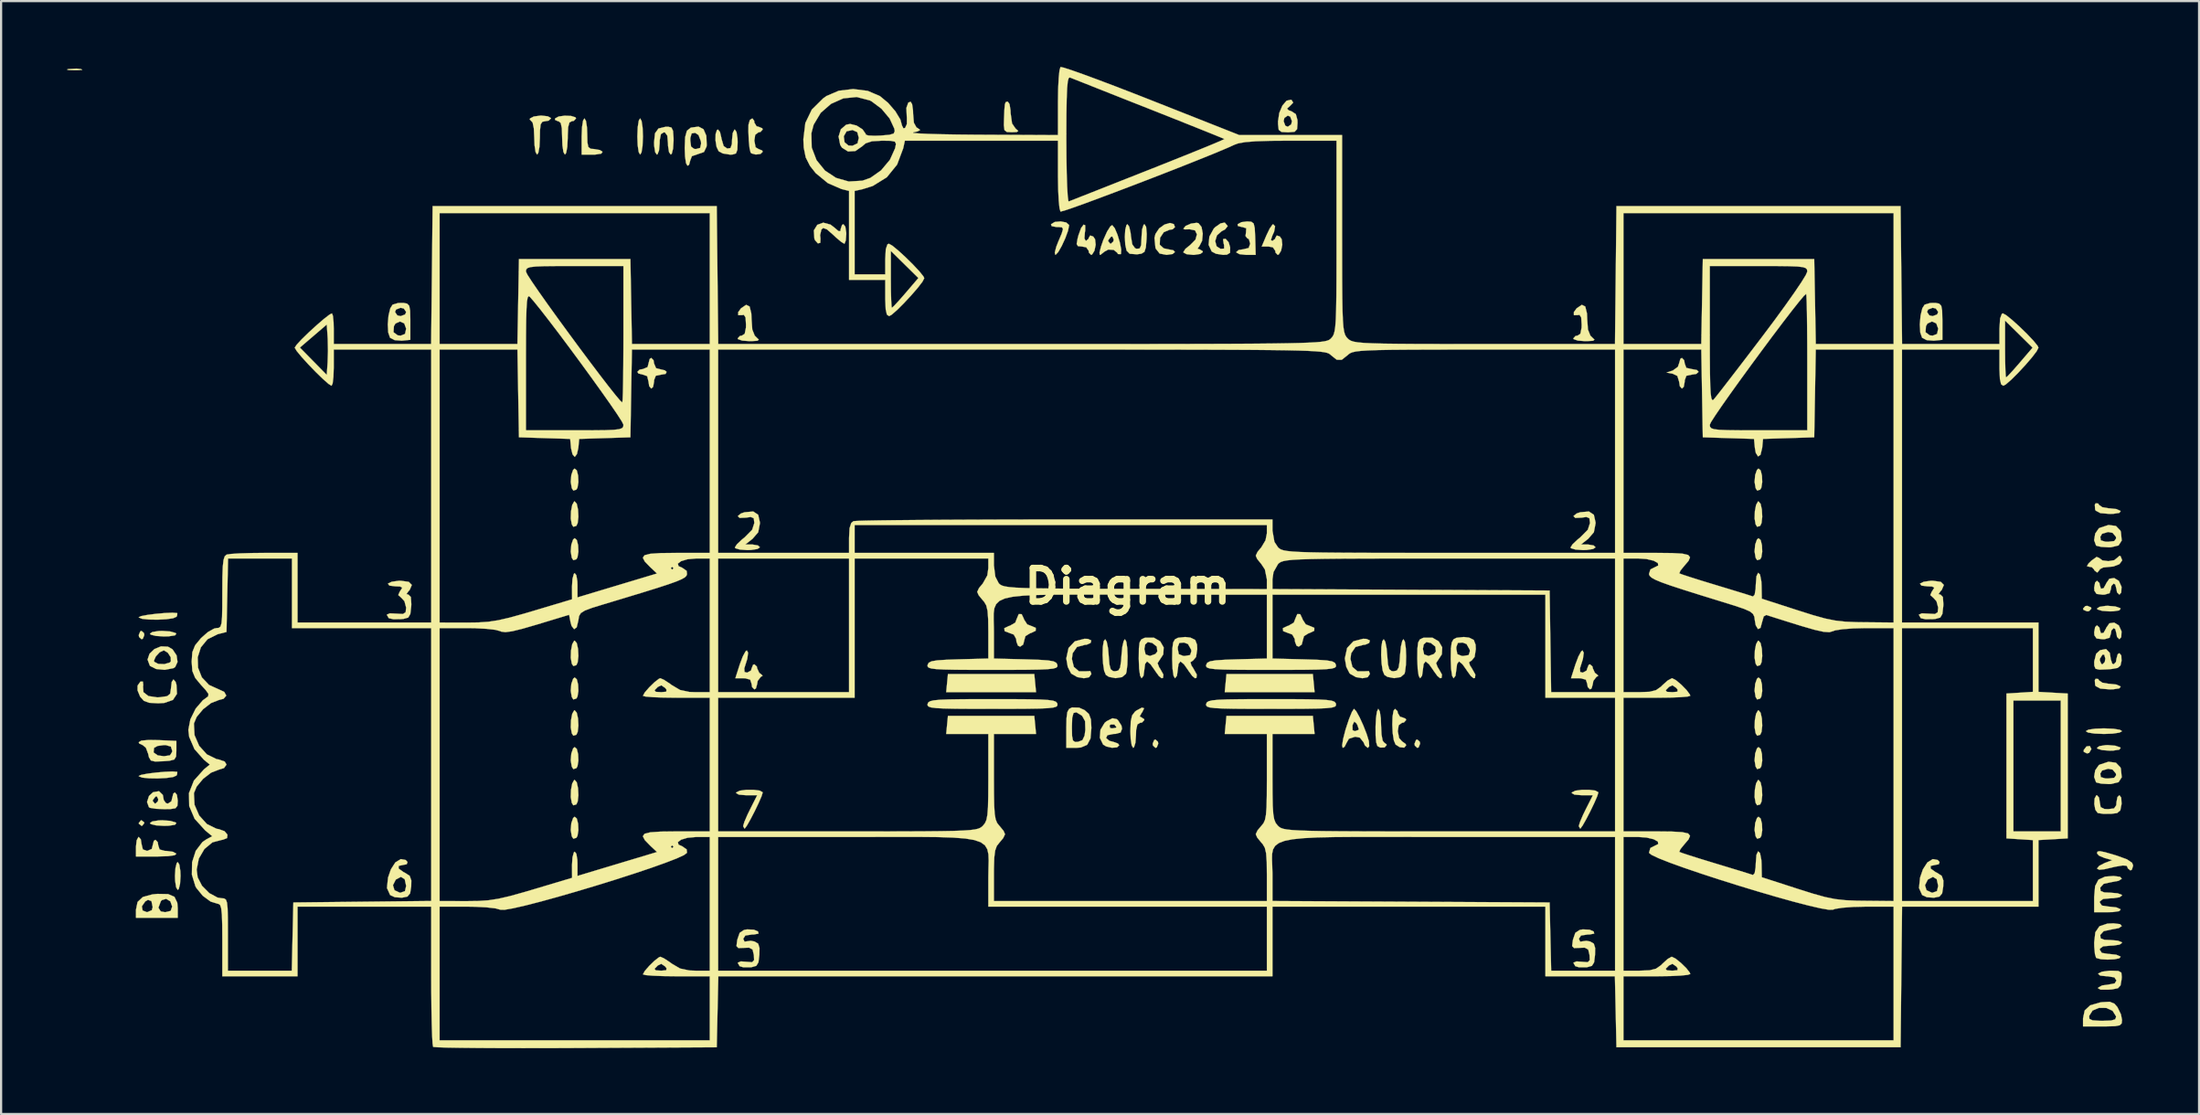
<source format=kicad_pcb>
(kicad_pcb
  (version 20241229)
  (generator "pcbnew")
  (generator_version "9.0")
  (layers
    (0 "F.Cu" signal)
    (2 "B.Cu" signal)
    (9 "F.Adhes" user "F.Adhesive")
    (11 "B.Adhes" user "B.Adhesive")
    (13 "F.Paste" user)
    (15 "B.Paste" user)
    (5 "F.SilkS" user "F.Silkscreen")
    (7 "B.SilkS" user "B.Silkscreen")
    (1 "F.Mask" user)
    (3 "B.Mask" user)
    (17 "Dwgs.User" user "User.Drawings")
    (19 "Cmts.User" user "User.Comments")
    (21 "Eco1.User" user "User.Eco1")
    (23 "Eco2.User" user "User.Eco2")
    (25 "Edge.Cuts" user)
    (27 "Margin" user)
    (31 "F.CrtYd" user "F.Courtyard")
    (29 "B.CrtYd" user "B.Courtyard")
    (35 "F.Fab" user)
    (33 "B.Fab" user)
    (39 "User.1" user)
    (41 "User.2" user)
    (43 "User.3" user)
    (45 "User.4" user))
  (footprint "Diagram"
    (layer "F.Cu")
    (at 48.361 23.684)
    (property "Reference" "Diagram" (at 0 0 0) (layer "F.SilkS") (effects (font (size 1.524 1.524) (thickness 0.3))))
    (attr through_hole)
    (fp_poly (pts (xy -4.215 4.413) (xy -4.175 4.826) (xy -8.271 4.826) (xy -8.191 4) (xy -4.255 4) (xy -4.215 4.413)) (stroke (width 0.01) (type solid)) (fill yes) (layer "F.SilkS"))
    (fp_poly (pts (xy 8.485 4.413) (xy 8.525 4.826) (xy 4.429 4.826) (xy 4.508 4) (xy 8.445 4) (xy 8.485 4.413)) (stroke (width 0.01) (type solid)) (fill yes) (layer "F.SilkS"))
    (fp_poly (pts (xy 43.942 7.419) (xy 43.84 7.594) (xy 43.741 7.62) (xy 43.593 7.546) (xy 43.59 7.469) (xy 43.717 7.301) (xy 43.869 7.28) (xy 43.942 7.419)) (stroke (width 0.01) (type solid)) (fill yes) (layer "F.SilkS"))
    (fp_poly (pts (xy -47.72 -23.585) (xy -47.66 -23.553) (xy -47.82 -23.533) (xy -48.006 -23.53) (xy -48.281 -23.539) (xy -48.356 -23.565) (xy -48.292 -23.585) (xy -47.922 -23.606) (xy -47.72 -23.585)) (stroke (width 0.01) (type solid)) (fill yes) (layer "F.SilkS"))
    (fp_poly (pts (xy -44.845 2.135) (xy -44.831 2.223) (xy -44.9 2.392) (xy -44.958 2.413) (xy -45.071 2.31) (xy -45.085 2.223) (xy -45.016 2.053) (xy -44.958 2.032) (xy -44.845 2.135)) (stroke (width 0.01) (type solid)) (fill yes) (layer "F.SilkS"))
    (fp_poly (pts (xy -44.835 10.765) (xy -44.831 10.795) (xy -44.928 10.918) (xy -44.958 10.922) (xy -45.081 10.825) (xy -45.085 10.795) (xy -44.988 10.672) (xy -44.958 10.668) (xy -44.835 10.765)) (stroke (width 0.01) (type solid)) (fill yes) (layer "F.SilkS"))
    (fp_poly (pts (xy 1.383 7.088) (xy 1.397 7.176) (xy 1.328 7.345) (xy 1.27 7.366) (xy 1.157 7.263) (xy 1.143 7.176) (xy 1.212 7.006) (xy 1.27 6.985) (xy 1.383 7.088)) (stroke (width 0.01) (type solid)) (fill yes) (layer "F.SilkS"))
    (fp_poly (pts (xy 13.321 7.088) (xy 13.335 7.176) (xy 13.266 7.345) (xy 13.208 7.366) (xy 13.095 7.263) (xy 13.081 7.176) (xy 13.15 7.006) (xy 13.208 6.985) (xy 13.321 7.088)) (stroke (width 0.01) (type solid)) (fill yes) (layer "F.SilkS"))
    (fp_poly (pts (xy 43.921 0.958) (xy 43.942 1.016) (xy 43.839 1.129) (xy 43.752 1.143) (xy 43.582 1.074) (xy 43.561 1.016) (xy 43.664 0.903) (xy 43.752 0.889) (xy 43.921 0.958)) (stroke (width 0.01) (type solid)) (fill yes) (layer "F.SilkS"))
    (fp_poly (pts (xy -25.112 -5.285) (xy -25.053 -5.046) (xy -25.04 -4.75) (xy -25.082 -4.496) (xy -25.133 -4.408) (xy -25.271 -4.366) (xy -25.342 -4.477) (xy -25.389 -4.76) (xy -25.363 -5.074) (xy -25.281 -5.31) (xy -25.209 -5.37) (xy -25.112 -5.285)) (stroke (width 0.01) (type solid)) (fill yes) (layer "F.SilkS"))
    (fp_poly (pts (xy -25.112 -2.11) (xy -25.053 -1.871) (xy -25.04 -1.575) (xy -25.082 -1.321) (xy -25.133 -1.233) (xy -25.271 -1.191) (xy -25.342 -1.302) (xy -25.389 -1.585) (xy -25.363 -1.899) (xy -25.281 -2.135) (xy -25.209 -2.195) (xy -25.112 -2.11)) (stroke (width 0.01) (type solid)) (fill yes) (layer "F.SilkS"))
    (fp_poly (pts (xy -25.112 4.24) (xy -25.053 4.479) (xy -25.04 4.775) (xy -25.082 5.029) (xy -25.133 5.117) (xy -25.271 5.159) (xy -25.342 5.048) (xy -25.389 4.765) (xy -25.363 4.451) (xy -25.281 4.215) (xy -25.209 4.155) (xy -25.112 4.24)) (stroke (width 0.01) (type solid)) (fill yes) (layer "F.SilkS"))
    (fp_poly (pts (xy -25.112 7.415) (xy -25.053 7.654) (xy -25.04 7.95) (xy -25.082 8.204) (xy -25.133 8.292) (xy -25.271 8.334) (xy -25.342 8.223) (xy -25.389 7.94) (xy -25.363 7.626) (xy -25.281 7.39) (xy -25.209 7.33) (xy -25.112 7.415)) (stroke (width 0.01) (type solid)) (fill yes) (layer "F.SilkS"))
    (fp_poly (pts (xy -25.112 10.59) (xy -25.053 10.829) (xy -25.04 11.125) (xy -25.082 11.379) (xy -25.133 11.467) (xy -25.271 11.509) (xy -25.342 11.398) (xy -25.389 11.115) (xy -25.363 10.801) (xy -25.281 10.565) (xy -25.209 10.505) (xy -25.112 10.59)) (stroke (width 0.01) (type solid)) (fill yes) (layer "F.SilkS"))
    (fp_poly (pts (xy 28.863 -5.285) (xy 28.922 -5.046) (xy 28.935 -4.75) (xy 28.893 -4.496) (xy 28.842 -4.408) (xy 28.704 -4.366) (xy 28.633 -4.477) (xy 28.586 -4.76) (xy 28.612 -5.074) (xy 28.694 -5.31) (xy 28.765 -5.37) (xy 28.863 -5.285)) (stroke (width 0.01) (type solid)) (fill yes) (layer "F.SilkS"))
    (fp_poly (pts (xy 28.863 -2.11) (xy 28.922 -1.871) (xy 28.935 -1.575) (xy 28.893 -1.321) (xy 28.842 -1.233) (xy 28.704 -1.191) (xy 28.633 -1.302) (xy 28.586 -1.585) (xy 28.612 -1.899) (xy 28.694 -2.135) (xy 28.765 -2.195) (xy 28.863 -2.11)) (stroke (width 0.01) (type solid)) (fill yes) (layer "F.SilkS"))
    (fp_poly (pts (xy 28.863 4.24) (xy 28.922 4.479) (xy 28.935 4.775) (xy 28.893 5.029) (xy 28.842 5.117) (xy 28.704 5.159) (xy 28.633 5.048) (xy 28.586 4.765) (xy 28.612 4.451) (xy 28.694 4.215) (xy 28.765 4.155) (xy 28.863 4.24)) (stroke (width 0.01) (type solid)) (fill yes) (layer "F.SilkS"))
    (fp_poly (pts (xy 28.863 7.415) (xy 28.922 7.654) (xy 28.935 7.95) (xy 28.893 8.204) (xy 28.842 8.292) (xy 28.704 8.334) (xy 28.633 8.223) (xy 28.586 7.94) (xy 28.612 7.626) (xy 28.694 7.39) (xy 28.765 7.33) (xy 28.863 7.415)) (stroke (width 0.01) (type solid)) (fill yes) (layer "F.SilkS"))
    (fp_poly (pts (xy 28.863 10.59) (xy 28.922 10.829) (xy 28.935 11.125) (xy 28.893 11.379) (xy 28.842 11.467) (xy 28.704 11.509) (xy 28.633 11.398) (xy 28.586 11.115) (xy 28.612 10.801) (xy 28.694 10.565) (xy 28.765 10.505) (xy 28.863 10.59)) (stroke (width 0.01) (type solid)) (fill yes) (layer "F.SilkS"))
    (fp_poly (pts (xy -43.654 2.058) (xy -43.413 2.125) (xy -43.37 2.159) (xy -43.433 2.237) (xy -43.717 2.28) (xy -43.935 2.286) (xy -44.299 2.263) (xy -44.532 2.206) (xy -44.577 2.159) (xy -44.464 2.083) (xy -44.177 2.038) (xy -44.013 2.032) (xy -43.654 2.058)) (stroke (width 0.01) (type solid)) (fill yes) (layer "F.SilkS"))
    (fp_poly (pts (xy -43.654 10.694) (xy -43.413 10.761) (xy -43.37 10.795) (xy -43.433 10.873) (xy -43.717 10.916) (xy -43.935 10.922) (xy -44.299 10.899) (xy -44.532 10.842) (xy -44.577 10.795) (xy -44.464 10.719) (xy -44.177 10.674) (xy -44.013 10.668) (xy -43.654 10.694)) (stroke (width 0.01) (type solid)) (fill yes) (layer "F.SilkS"))
    (fp_poly (pts (xy -43.235 12.687) (xy -43.189 12.979) (xy -43.18 13.208) (xy -43.203 13.57) (xy -43.261 13.8) (xy -43.307 13.843) (xy -43.379 13.729) (xy -43.425 13.437) (xy -43.434 13.208) (xy -43.411 12.846) (xy -43.353 12.616) (xy -43.307 12.573) (xy -43.235 12.687)) (stroke (width 0.01) (type solid)) (fill yes) (layer "F.SilkS"))
    (fp_poly (pts (xy -25.115 -3.763) (xy -25.057 -3.498) (xy -25.04 -3.174) (xy -25.072 -2.888) (xy -25.133 -2.756) (xy -25.272 -2.715) (xy -25.341 -2.824) (xy -25.388 -3.092) (xy -25.377 -3.42) (xy -25.322 -3.71) (xy -25.234 -3.867) (xy -25.209 -3.873) (xy -25.115 -3.763)) (stroke (width 0.01) (type solid)) (fill yes) (layer "F.SilkS"))
    (fp_poly (pts (xy -25.115 2.587) (xy -25.057 2.852) (xy -25.04 3.176) (xy -25.072 3.462) (xy -25.133 3.594) (xy -25.272 3.635) (xy -25.341 3.526) (xy -25.388 3.258) (xy -25.377 2.93) (xy -25.322 2.64) (xy -25.234 2.483) (xy -25.209 2.477) (xy -25.115 2.587)) (stroke (width 0.01) (type solid)) (fill yes) (layer "F.SilkS"))
    (fp_poly (pts (xy -25.115 5.762) (xy -25.057 6.027) (xy -25.04 6.351) (xy -25.072 6.637) (xy -25.133 6.769) (xy -25.272 6.81) (xy -25.341 6.701) (xy -25.388 6.433) (xy -25.377 6.105) (xy -25.322 5.815) (xy -25.234 5.658) (xy -25.209 5.652) (xy -25.115 5.762)) (stroke (width 0.01) (type solid)) (fill yes) (layer "F.SilkS"))
    (fp_poly (pts (xy -25.115 8.937) (xy -25.057 9.202) (xy -25.04 9.526) (xy -25.072 9.812) (xy -25.133 9.944) (xy -25.272 9.985) (xy -25.341 9.876) (xy -25.388 9.608) (xy -25.377 9.28) (xy -25.322 8.99) (xy -25.234 8.833) (xy -25.209 8.826) (xy -25.115 8.937)) (stroke (width 0.01) (type solid)) (fill yes) (layer "F.SilkS"))
    (fp_poly (pts (xy -22.159 -21.219) (xy -22.113 -20.91) (xy -22.098 -20.511) (xy -22.116 -20.079) (xy -22.163 -19.784) (xy -22.225 -19.685) (xy -22.291 -19.802) (xy -22.337 -20.111) (xy -22.352 -20.511) (xy -22.334 -20.942) (xy -22.287 -21.237) (xy -22.225 -21.336) (xy -22.159 -21.219)) (stroke (width 0.01) (type solid)) (fill yes) (layer "F.SilkS"))
    (fp_poly (pts (xy 28.86 -3.763) (xy 28.918 -3.498) (xy 28.935 -3.174) (xy 28.903 -2.888) (xy 28.842 -2.756) (xy 28.703 -2.715) (xy 28.634 -2.824) (xy 28.587 -3.092) (xy 28.598 -3.42) (xy 28.653 -3.71) (xy 28.741 -3.867) (xy 28.765 -3.873) (xy 28.86 -3.763)) (stroke (width 0.01) (type solid)) (fill yes) (layer "F.SilkS"))
    (fp_poly (pts (xy 28.86 2.587) (xy 28.918 2.852) (xy 28.935 3.176) (xy 28.903 3.462) (xy 28.842 3.594) (xy 28.703 3.635) (xy 28.634 3.526) (xy 28.587 3.258) (xy 28.598 2.93) (xy 28.653 2.64) (xy 28.741 2.483) (xy 28.765 2.477) (xy 28.86 2.587)) (stroke (width 0.01) (type solid)) (fill yes) (layer "F.SilkS"))
    (fp_poly (pts (xy 28.86 5.762) (xy 28.918 6.027) (xy 28.935 6.351) (xy 28.903 6.637) (xy 28.842 6.769) (xy 28.703 6.81) (xy 28.634 6.701) (xy 28.587 6.433) (xy 28.598 6.105) (xy 28.653 5.815) (xy 28.741 5.658) (xy 28.765 5.652) (xy 28.86 5.762)) (stroke (width 0.01) (type solid)) (fill yes) (layer "F.SilkS"))
    (fp_poly (pts (xy 28.86 8.937) (xy 28.918 9.202) (xy 28.935 9.526) (xy 28.903 9.812) (xy 28.842 9.944) (xy 28.703 9.985) (xy 28.634 9.876) (xy 28.587 9.608) (xy 28.598 9.28) (xy 28.653 8.99) (xy 28.741 8.833) (xy 28.765 8.826) (xy 28.86 8.937)) (stroke (width 0.01) (type solid)) (fill yes) (layer "F.SilkS"))
    (fp_poly (pts (xy 44.945 6.495) (xy 45.24 6.542) (xy 45.339 6.604) (xy 45.222 6.67) (xy 44.913 6.716) (xy 44.514 6.731) (xy 44.082 6.713) (xy 43.787 6.666) (xy 43.688 6.604) (xy 43.805 6.538) (xy 44.114 6.492) (xy 44.514 6.477) (xy 44.945 6.495)) (stroke (width 0.01) (type solid)) (fill yes) (layer "F.SilkS"))
    (fp_poly (pts (xy 45.035 0.919) (xy 45.251 0.992) (xy 45.276 1.016) (xy 45.215 1.097) (xy 44.939 1.139) (xy 44.775 1.143) (xy 44.432 1.118) (xy 44.224 1.055) (xy 44.196 1.016) (xy 44.309 0.936) (xy 44.589 0.892) (xy 44.697 0.889) (xy 45.035 0.919)) (stroke (width 0.01) (type solid)) (fill yes) (layer "F.SilkS"))
    (fp_poly (pts (xy 45.035 7.269) (xy 45.251 7.342) (xy 45.276 7.366) (xy 45.215 7.447) (xy 44.939 7.489) (xy 44.775 7.493) (xy 44.432 7.468) (xy 44.224 7.405) (xy 44.196 7.366) (xy 44.309 7.286) (xy 44.589 7.242) (xy 44.697 7.239) (xy 45.035 7.269)) (stroke (width 0.01) (type solid)) (fill yes) (layer "F.SilkS"))
    (fp_poly (pts (xy -43.343 1.219) (xy -43.326 1.226) (xy -43.338 1.338) (xy -43.365 1.389) (xy -43.52 1.457) (xy -43.832 1.501) (xy -44.223 1.521) (xy -44.614 1.515) (xy -44.926 1.483) (xy -45.08 1.423) (xy -45.085 1.408) (xy -44.971 1.357) (xy -44.682 1.302) (xy -44.296 1.253) (xy -43.892 1.218) (xy -43.548 1.203) (xy -43.343 1.219)) (stroke (width 0.01) (type solid)) (fill yes) (layer "F.SilkS"))
    (fp_poly (pts (xy -43.343 8.458) (xy -43.326 8.465) (xy -43.338 8.577) (xy -43.365 8.628) (xy -43.52 8.696) (xy -43.832 8.74) (xy -44.223 8.76) (xy -44.614 8.754) (xy -44.926 8.722) (xy -45.08 8.662) (xy -45.085 8.647) (xy -44.971 8.596) (xy -44.682 8.541) (xy -44.296 8.492) (xy -43.892 8.457) (xy -43.548 8.442) (xy -43.343 8.458)) (stroke (width 0.01) (type solid)) (fill yes) (layer "F.SilkS"))
    (fp_poly (pts (xy 44.253 -3.775) (xy 44.287 -3.715) (xy 44.44 -3.607) (xy 44.737 -3.556) (xy 44.771 -3.556) (xy 45.083 -3.522) (xy 45.269 -3.438) (xy 45.276 -3.429) (xy 45.215 -3.348) (xy 44.938 -3.306) (xy 44.771 -3.302) (xy 44.349 -3.338) (xy 44.138 -3.452) (xy 44.113 -3.498) (xy 44.097 -3.716) (xy 44.134 -3.784) (xy 44.253 -3.775)) (stroke (width 0.01) (type solid)) (fill yes) (layer "F.SilkS"))
    (fp_poly (pts (xy 44.253 4.226) (xy 44.287 4.286) (xy 44.44 4.394) (xy 44.737 4.445) (xy 44.771 4.445) (xy 45.083 4.479) (xy 45.269 4.563) (xy 45.276 4.572) (xy 45.215 4.653) (xy 44.938 4.695) (xy 44.771 4.699) (xy 44.349 4.663) (xy 44.138 4.549) (xy 44.113 4.503) (xy 44.097 4.285) (xy 44.134 4.217) (xy 44.253 4.226)) (stroke (width 0.01) (type solid)) (fill yes) (layer "F.SilkS"))
    (fp_poly (pts (xy -24.695 -21.221) (xy -24.649 -20.925) (xy -24.638 -20.637) (xy -24.629 -20.237) (xy -24.586 -20.029) (xy -24.479 -19.95) (xy -24.328 -19.939) (xy -24.059 -19.892) (xy -23.939 -19.812) (xy -23.997 -19.729) (xy -24.265 -19.687) (xy -24.377 -19.685) (xy -24.892 -19.685) (xy -24.892 -20.511) (xy -24.874 -20.942) (xy -24.827 -21.237) (xy -24.765 -21.336) (xy -24.695 -21.221)) (stroke (width 0.01) (type solid)) (fill yes) (layer "F.SilkS"))
    (fp_poly (pts (xy -5.383 -21.985) (xy -5.338 -21.702) (xy -5.334 -21.572) (xy -5.268 -21.105) (xy -5.112 -20.878) (xy -4.985 -20.761) (xy -5.055 -20.714) (xy -5.274 -20.705) (xy -5.505 -20.716) (xy -5.614 -20.8) (xy -5.642 -21.024) (xy -5.635 -21.304) (xy -5.617 -21.737) (xy -5.596 -21.974) (xy -5.56 -22.075) (xy -5.496 -22.098) (xy -5.461 -22.098) (xy -5.383 -21.985)) (stroke (width 0.01) (type solid)) (fill yes) (layer "F.SilkS"))
    (fp_poly (pts (xy 11.498 5.704) (xy 11.544 6.006) (xy 11.557 6.35) (xy 11.576 6.756) (xy 11.627 7.031) (xy 11.684 7.112) (xy 11.807 7.209) (xy 11.811 7.239) (xy 11.715 7.348) (xy 11.518 7.352) (xy 11.388 7.281) (xy 11.334 7.111) (xy 11.307 6.79) (xy 11.305 6.398) (xy 11.325 6.013) (xy 11.366 5.717) (xy 11.425 5.589) (xy 11.43 5.588) (xy 11.498 5.704)) (stroke (width 0.01) (type solid)) (fill yes) (layer "F.SilkS"))
    (fp_poly (pts (xy -2.798 -16.59) (xy -2.669 -16.476) (xy -2.667 -16.457) (xy -2.717 -16.211) (xy -2.841 -15.873) (xy -3.002 -15.523) (xy -3.162 -15.243) (xy -3.283 -15.115) (xy -3.293 -15.113) (xy -3.321 -15.216) (xy -3.253 -15.481) (xy -3.17 -15.695) (xy -3.007 -16.08) (xy -2.946 -16.286) (xy -2.991 -16.368) (xy -3.151 -16.383) (xy -3.246 -16.383) (xy -3.462 -16.423) (xy -3.493 -16.51) (xy -3.319 -16.614) (xy -3.051 -16.638) (xy -2.798 -16.59)) (stroke (width 0.01) (type solid)) (fill yes) (layer "F.SilkS"))
    (fp_poly (pts (xy -44.99 11.539) (xy -44.958 11.748) (xy -44.898 11.996) (xy -44.704 12.065) (xy -44.492 11.975) (xy -44.45 11.811) (xy -44.397 11.605) (xy -44.323 11.557) (xy -44.22 11.663) (xy -44.196 11.811) (xy -44.135 11.998) (xy -43.908 12.063) (xy -43.822 12.065) (xy -43.529 12.104) (xy -43.37 12.192) (xy -43.444 12.261) (xy -43.749 12.304) (xy -44.252 12.319) (xy -45.212 12.319) (xy -45.212 11.874) (xy -45.18 11.581) (xy -45.102 11.434) (xy -45.085 11.43) (xy -44.99 11.539)) (stroke (width 0.01) (type solid)) (fill yes) (layer "F.SilkS"))
    (fp_poly (pts (xy -26.435 -21.431) (xy -26.292 -21.351) (xy -26.289 -21.336) (xy -26.395 -21.233) (xy -26.543 -21.209) (xy -26.685 -21.181) (xy -26.762 -21.059) (xy -26.792 -20.785) (xy -26.797 -20.447) (xy -26.816 -20.041) (xy -26.867 -19.766) (xy -26.924 -19.685) (xy -26.992 -19.801) (xy -27.038 -20.103) (xy -27.051 -20.447) (xy -27.072 -20.881) (xy -27.128 -21.148) (xy -27.185 -21.209) (xy -27.261 -21.287) (xy -27.241 -21.336) (xy -27.073 -21.422) (xy -26.765 -21.463) (xy -26.726 -21.463) (xy -26.435 -21.431)) (stroke (width 0.01) (type solid)) (fill yes) (layer "F.SilkS"))
    (fp_poly (pts (xy -25.374 -21.447) (xy -25.178 -21.387) (xy -25.146 -21.336) (xy -25.249 -21.223) (xy -25.337 -21.209) (xy -25.447 -21.15) (xy -25.507 -20.943) (xy -25.527 -20.539) (xy -25.527 -20.447) (xy -25.546 -20.041) (xy -25.597 -19.766) (xy -25.654 -19.685) (xy -25.722 -19.801) (xy -25.768 -20.103) (xy -25.781 -20.447) (xy -25.795 -20.886) (xy -25.844 -21.122) (xy -25.943 -21.206) (xy -25.979 -21.209) (xy -26.11 -21.271) (xy -26.099 -21.336) (xy -25.938 -21.422) (xy -25.662 -21.459) (xy -25.374 -21.447)) (stroke (width 0.01) (type solid)) (fill yes) (layer "F.SilkS"))
    (fp_poly (pts (xy -16.775 9.314) (xy -16.639 9.389) (xy -16.637 9.402) (xy -16.689 9.573) (xy -16.823 9.88) (xy -17.001 10.251) (xy -17.19 10.616) (xy -17.353 10.904) (xy -17.455 11.045) (xy -17.464 11.049) (xy -17.524 10.95) (xy -17.526 10.918) (xy -17.472 10.739) (xy -17.334 10.418) (xy -17.206 10.156) (xy -16.887 9.525) (xy -17.404 9.525) (xy -17.727 9.498) (xy -17.851 9.426) (xy -17.843 9.398) (xy -17.685 9.319) (xy -17.391 9.279) (xy -17.057 9.278) (xy -16.775 9.314)) (stroke (width 0.01) (type solid)) (fill yes) (layer "F.SilkS"))
    (fp_poly (pts (xy 0.752 5.56) (xy 0.669 5.736) (xy 0.638 5.775) (xy 0.551 5.936) (xy 0.619 5.969) (xy 0.755 6.057) (xy 0.762 6.096) (xy 0.659 6.209) (xy 0.572 6.223) (xy 0.446 6.298) (xy 0.389 6.552) (xy 0.381 6.795) (xy 0.356 7.135) (xy 0.292 7.34) (xy 0.254 7.366) (xy 0.186 7.25) (xy 0.14 6.949) (xy 0.127 6.611) (xy 0.143 6.162) (xy 0.204 5.889) (xy 0.335 5.716) (xy 0.405 5.662) (xy 0.653 5.53) (xy 0.752 5.56)) (stroke (width 0.01) (type solid)) (fill yes) (layer "F.SilkS"))
    (fp_poly (pts (xy 2.109 -16.515) (xy 2.159 -16.376) (xy 2.053 -16.278) (xy 1.909 -16.256) (xy 1.649 -16.147) (xy 1.479 -15.891) (xy 1.466 -15.591) (xy 1.475 -15.567) (xy 1.647 -15.411) (xy 1.855 -15.367) (xy 2.087 -15.322) (xy 2.159 -15.24) (xy 2.049 -15.151) (xy 1.782 -15.113) (xy 1.775 -15.113) (xy 1.46 -15.173) (xy 1.285 -15.394) (xy 1.27 -15.431) (xy 1.224 -15.887) (xy 1.271 -16.069) (xy 1.439 -16.321) (xy 1.682 -16.495) (xy 1.929 -16.568) (xy 2.109 -16.515)) (stroke (width 0.01) (type solid)) (fill yes) (layer "F.SilkS"))
    (fp_poly (pts (xy 6.725 -16.415) (xy 6.68 -16.17) (xy 6.6 -15.994) (xy 6.533 -15.791) (xy 6.6 -15.748) (xy 6.726 -15.842) (xy 6.731 -15.875) (xy 6.801 -15.996) (xy 6.941 -15.95) (xy 7.026 -15.824) (xy 7.053 -15.573) (xy 6.998 -15.304) (xy 6.891 -15.13) (xy 6.843 -15.113) (xy 6.744 -15.216) (xy 6.731 -15.303) (xy 6.621 -15.457) (xy 6.423 -15.494) (xy 6.115 -15.494) (xy 6.328 -16.001) (xy 6.477 -16.31) (xy 6.603 -16.49) (xy 6.636 -16.509) (xy 6.725 -16.415)) (stroke (width 0.01) (type solid)) (fill yes) (layer "F.SilkS"))
    (fp_poly (pts (xy 12.305 5.691) (xy 12.319 5.779) (xy 12.421 5.947) (xy 12.509 5.969) (xy 12.679 6.038) (xy 12.7 6.096) (xy 12.597 6.209) (xy 12.509 6.223) (xy 12.359 6.335) (xy 12.319 6.608) (xy 12.379 6.919) (xy 12.509 7.066) (xy 12.678 7.191) (xy 12.7 7.253) (xy 12.61 7.356) (xy 12.408 7.335) (xy 12.217 7.214) (xy 12.138 7.023) (xy 12.087 6.694) (xy 12.068 6.306) (xy 12.08 5.939) (xy 12.125 5.673) (xy 12.192 5.588) (xy 12.305 5.691)) (stroke (width 0.01) (type solid)) (fill yes) (layer "F.SilkS"))
    (fp_poly (pts (xy 21.325 9.314) (xy 21.461 9.389) (xy 21.463 9.402) (xy 21.411 9.573) (xy 21.277 9.88) (xy 21.099 10.251) (xy 20.91 10.616) (xy 20.747 10.904) (xy 20.645 11.045) (xy 20.636 11.049) (xy 20.576 10.95) (xy 20.574 10.918) (xy 20.628 10.739) (xy 20.766 10.418) (xy 20.894 10.156) (xy 21.213 9.525) (xy 20.696 9.525) (xy 20.373 9.498) (xy 20.249 9.426) (xy 20.256 9.398) (xy 20.415 9.319) (xy 20.709 9.279) (xy 21.043 9.278) (xy 21.325 9.314)) (stroke (width 0.01) (type solid)) (fill yes) (layer "F.SilkS"))
    (fp_poly (pts (xy 25.376 -10.308) (xy 25.4 -10.16) (xy 25.474 -9.961) (xy 25.718 -9.906) (xy 25.956 -9.863) (xy 26.035 -9.779) (xy 25.926 -9.684) (xy 25.718 -9.652) (xy 25.476 -9.6) (xy 25.401 -9.393) (xy 25.4 -9.335) (xy 25.357 -9.096) (xy 25.273 -9.017) (xy 25.177 -9.125) (xy 25.146 -9.326) (xy 25.064 -9.592) (xy 24.86 -9.691) (xy 24.575 -9.747) (xy 24.86 -9.841) (xy 25.088 -10.008) (xy 25.146 -10.175) (xy 25.202 -10.373) (xy 25.273 -10.414) (xy 25.376 -10.308)) (stroke (width 0.01) (type solid)) (fill yes) (layer "F.SilkS"))
    (fp_poly (pts (xy -43.406 4.354) (xy -43.366 4.482) (xy -43.343 4.903) (xy -43.526 5.18) (xy -43.919 5.317) (xy -44.198 5.334) (xy -44.606 5.311) (xy -44.851 5.222) (xy -45.021 5.034) (xy -45.14 4.744) (xy -45.138 4.526) (xy -45.01 4.345) (xy -44.895 4.344) (xy -44.878 4.516) (xy -44.889 4.554) (xy -44.872 4.826) (xy -44.645 5.003) (xy -44.242 5.063) (xy -44.11 5.056) (xy -43.791 5.009) (xy -43.652 4.898) (xy -43.619 4.672) (xy -43.581 4.357) (xy -43.501 4.244) (xy -43.406 4.354)) (stroke (width 0.01) (type solid)) (fill yes) (layer "F.SilkS"))
    (fp_poly (pts (xy -17.025 -21.227) (xy -17.018 -21.145) (xy -16.916 -20.977) (xy -16.828 -20.955) (xy -16.658 -20.886) (xy -16.637 -20.828) (xy -16.74 -20.715) (xy -16.828 -20.701) (xy -16.979 -20.587) (xy -17.018 -20.32) (xy -16.961 -20.018) (xy -16.828 -19.939) (xy -16.658 -19.87) (xy -16.637 -19.812) (xy -16.738 -19.714) (xy -16.952 -19.688) (xy -17.148 -19.74) (xy -17.189 -19.78) (xy -17.236 -19.973) (xy -17.272 -20.326) (xy -17.289 -20.743) (xy -17.285 -21.05) (xy -17.221 -21.267) (xy -17.108 -21.335) (xy -17.025 -21.227)) (stroke (width 0.01) (type solid)) (fill yes) (layer "F.SilkS"))
    (fp_poly (pts (xy -1.81 2.398) (xy -1.655 2.469) (xy -1.687 2.583) (xy -1.867 2.662) (xy -1.943 2.667) (xy -2.308 2.765) (xy -2.506 3.052) (xy -2.54 3.312) (xy -2.451 3.674) (xy -2.219 3.875) (xy -1.911 3.875) (xy -1.702 3.863) (xy -1.651 3.992) (xy -1.752 4.143) (xy -1.994 4.191) (xy -2.29 4.14) (xy -2.55 3.993) (xy -2.584 3.959) (xy -2.729 3.674) (xy -2.794 3.3) (xy -2.794 3.28) (xy -2.692 2.811) (xy -2.406 2.507) (xy -1.964 2.392) (xy -1.81 2.398)) (stroke (width 0.01) (type solid)) (fill yes) (layer "F.SilkS"))
    (fp_poly (pts (xy 10.89 2.398) (xy 11.045 2.469) (xy 11.013 2.583) (xy 10.833 2.662) (xy 10.757 2.667) (xy 10.392 2.765) (xy 10.194 3.052) (xy 10.16 3.312) (xy 10.249 3.674) (xy 10.481 3.875) (xy 10.789 3.875) (xy 10.998 3.863) (xy 11.049 3.992) (xy 10.948 4.143) (xy 10.706 4.191) (xy 10.41 4.14) (xy 10.15 3.993) (xy 10.116 3.959) (xy 9.971 3.674) (xy 9.906 3.3) (xy 9.906 3.28) (xy 10.008 2.811) (xy 10.294 2.507) (xy 10.736 2.392) (xy 10.89 2.398)) (stroke (width 0.01) (type solid)) (fill yes) (layer "F.SilkS"))
    (fp_poly (pts (xy 44.556 12.121) (xy 44.968 12.24) (xy 45.116 12.285) (xy 45.567 12.45) (xy 45.798 12.608) (xy 45.846 12.732) (xy 45.787 12.92) (xy 45.72 12.954) (xy 45.599 12.856) (xy 45.593 12.813) (xy 45.543 12.738) (xy 45.367 12.728) (xy 45.023 12.786) (xy 44.545 12.898) (xy 44.296 12.924) (xy 44.196 12.866) (xy 44.302 12.743) (xy 44.545 12.617) (xy 44.895 12.485) (xy 44.545 12.388) (xy 44.293 12.283) (xy 44.196 12.178) (xy 44.22 12.096) (xy 44.323 12.075) (xy 44.556 12.121)) (stroke (width 0.01) (type solid)) (fill yes) (layer "F.SilkS"))
    (fp_poly (pts (xy 45.171 17.538) (xy 45.308 17.615) (xy 45.326 17.814) (xy 45.315 17.939) (xy 45.27 18.198) (xy 45.152 18.325) (xy 44.885 18.378) (xy 44.723 18.391) (xy 44.363 18.392) (xy 44.244 18.327) (xy 44.255 18.296) (xy 44.43 18.199) (xy 44.711 18.161) (xy 45.008 18.103) (xy 45.085 17.971) (xy 44.99 17.831) (xy 44.686 17.781) (xy 44.633 17.78) (xy 44.344 17.75) (xy 44.252 17.67) (xy 44.26 17.653) (xy 44.426 17.572) (xy 44.742 17.529) (xy 44.847 17.526) (xy 45.171 17.538)) (stroke (width 0.01) (type solid)) (fill yes) (layer "F.SilkS"))
    (fp_poly (pts (xy 45.274 -1.371) (xy 45.347 -1.184) (xy 45.22 -1.012) (xy 44.944 -0.904) (xy 44.771 -0.889) (xy 44.476 -0.857) (xy 44.327 -0.779) (xy 44.323 -0.762) (xy 44.226 -0.639) (xy 44.196 -0.635) (xy 44.073 -0.732) (xy 44.069 -0.762) (xy 43.965 -0.871) (xy 43.855 -0.889) (xy 43.74 -0.918) (xy 43.805 -1.035) (xy 43.941 -1.169) (xy 44.18 -1.341) (xy 44.293 -1.296) (xy 44.445 -1.182) (xy 44.715 -1.147) (xy 44.982 -1.191) (xy 45.121 -1.302) (xy 45.226 -1.394) (xy 45.274 -1.371)) (stroke (width 0.01) (type solid)) (fill yes) (layer "F.SilkS"))
    (fp_poly (pts (xy 45.302 9.635) (xy 45.318 9.91) (xy 45.315 9.938) (xy 45.26 10.218) (xy 45.114 10.339) (xy 44.831 10.375) (xy 44.485 10.374) (xy 44.24 10.338) (xy 44.228 10.333) (xy 44.122 10.186) (xy 44.074 9.931) (xy 44.088 9.677) (xy 44.167 9.531) (xy 44.196 9.525) (xy 44.291 9.634) (xy 44.323 9.842) (xy 44.364 10.069) (xy 44.538 10.152) (xy 44.704 10.16) (xy 44.976 10.126) (xy 45.076 9.981) (xy 45.085 9.842) (xy 45.131 9.604) (xy 45.22 9.525) (xy 45.302 9.635)) (stroke (width 0.01) (type solid)) (fill yes) (layer "F.SilkS"))
    (fp_poly (pts (xy -21.614 -10.308) (xy -21.59 -10.16) (xy -21.499 -9.947) (xy -21.343 -9.906) (xy -21.1 -9.848) (xy -21.018 -9.779) (xy -21.063 -9.685) (xy -21.265 -9.652) (xy -21.51 -9.602) (xy -21.588 -9.405) (xy -21.59 -9.335) (xy -21.633 -9.096) (xy -21.717 -9.017) (xy -21.812 -9.126) (xy -21.844 -9.335) (xy -21.904 -9.583) (xy -22.098 -9.652) (xy -22.304 -9.705) (xy -22.352 -9.779) (xy -22.246 -9.882) (xy -22.098 -9.906) (xy -21.886 -9.996) (xy -21.844 -10.16) (xy -21.791 -10.366) (xy -21.717 -10.414) (xy -21.614 -10.308)) (stroke (width 0.01) (type solid)) (fill yes) (layer "F.SilkS"))
    (fp_poly (pts (xy -17.831 -20.714) (xy -17.786 -20.427) (xy -17.78 -20.256) (xy -17.792 -19.905) (xy -17.856 -19.738) (xy -18.014 -19.688) (xy -18.136 -19.685) (xy -18.453 -19.736) (xy -18.644 -19.837) (xy -18.741 -20.038) (xy -18.789 -20.332) (xy -18.784 -20.621) (xy -18.723 -20.805) (xy -18.677 -20.828) (xy -18.585 -20.717) (xy -18.521 -20.446) (xy -18.518 -20.416) (xy -18.418 -20.076) (xy -18.256 -19.962) (xy -18.105 -19.984) (xy -18.042 -20.166) (xy -18.034 -20.374) (xy -18.003 -20.672) (xy -17.926 -20.823) (xy -17.907 -20.828) (xy -17.831 -20.714)) (stroke (width 0.01) (type solid)) (fill yes) (layer "F.SilkS"))
    (fp_poly (pts (xy -17.234 -12.758) (xy -17.156 -12.442) (xy -17.145 -12.174) (xy -17.112 -11.709) (xy -17.001 -11.431) (xy -16.923 -11.353) (xy -16.814 -11.248) (xy -16.877 -11.197) (xy -17.149 -11.181) (xy -17.24 -11.18) (xy -17.57 -11.204) (xy -17.761 -11.27) (xy -17.78 -11.303) (xy -17.677 -11.416) (xy -17.59 -11.43) (xy -17.457 -11.515) (xy -17.402 -11.794) (xy -17.399 -11.934) (xy -17.419 -12.258) (xy -17.495 -12.377) (xy -17.59 -12.365) (xy -17.753 -12.363) (xy -17.755 -12.5) (xy -17.628 -12.675) (xy -17.391 -12.835) (xy -17.234 -12.758)) (stroke (width 0.01) (type solid)) (fill yes) (layer "F.SilkS"))
    (fp_poly (pts (xy -4.83 1.269) (xy -4.727 1.486) (xy -4.723 1.511) (xy -4.576 1.735) (xy -4.405 1.802) (xy -4.187 1.893) (xy -4.19 2.026) (xy -4.405 2.13) (xy -4.44 2.136) (xy -4.657 2.27) (xy -4.699 2.414) (xy -4.76 2.655) (xy -4.899 2.752) (xy -4.999 2.706) (xy -5.069 2.522) (xy -5.08 2.401) (xy -5.191 2.2) (xy -5.366 2.136) (xy -5.607 2.043) (xy -5.622 1.91) (xy -5.411 1.808) (xy -5.374 1.802) (xy -5.122 1.655) (xy -5.056 1.484) (xy -4.964 1.266) (xy -4.83 1.269)) (stroke (width 0.01) (type solid)) (fill yes) (layer "F.SilkS"))
    (fp_poly (pts (xy -1.932 -16.461) (xy -1.933 -16.226) (xy -1.949 -16.129) (xy -1.968 -15.86) (xy -1.904 -15.748) (xy -1.902 -15.748) (xy -1.782 -15.845) (xy -1.778 -15.875) (xy -1.708 -15.996) (xy -1.568 -15.95) (xy -1.483 -15.824) (xy -1.456 -15.573) (xy -1.511 -15.304) (xy -1.618 -15.13) (xy -1.666 -15.113) (xy -1.765 -15.216) (xy -1.778 -15.303) (xy -1.887 -15.457) (xy -2.078 -15.494) (xy -2.263 -15.511) (xy -2.323 -15.607) (xy -2.281 -15.851) (xy -2.242 -16.002) (xy -2.122 -16.334) (xy -2.007 -16.492) (xy -1.932 -16.461)) (stroke (width 0.01) (type solid)) (fill yes) (layer "F.SilkS"))
    (fp_poly (pts (xy 5.64 -16.624) (xy 5.747 -16.543) (xy 5.796 -16.337) (xy 5.816 -15.944) (xy 5.818 -15.875) (xy 5.839 -15.113) (xy 5.396 -15.113) (xy 5.103 -15.145) (xy 4.957 -15.224) (xy 4.953 -15.24) (xy 5.062 -15.335) (xy 5.271 -15.367) (xy 5.519 -15.427) (xy 5.588 -15.621) (xy 5.531 -15.827) (xy 5.452 -15.875) (xy 5.375 -15.974) (xy 5.397 -16.129) (xy 5.409 -16.327) (xy 5.227 -16.383) (xy 5.208 -16.383) (xy 5.027 -16.431) (xy 5.016 -16.51) (xy 5.189 -16.604) (xy 5.446 -16.637) (xy 5.64 -16.624)) (stroke (width 0.01) (type solid)) (fill yes) (layer "F.SilkS"))
    (fp_poly (pts (xy 7.87 1.269) (xy 7.973 1.486) (xy 7.977 1.511) (xy 8.124 1.735) (xy 8.295 1.802) (xy 8.513 1.893) (xy 8.51 2.026) (xy 8.295 2.13) (xy 8.26 2.136) (xy 8.043 2.27) (xy 8.001 2.414) (xy 7.94 2.655) (xy 7.801 2.752) (xy 7.701 2.706) (xy 7.631 2.522) (xy 7.62 2.401) (xy 7.509 2.2) (xy 7.334 2.136) (xy 7.093 2.043) (xy 7.078 1.91) (xy 7.289 1.808) (xy 7.326 1.802) (xy 7.578 1.655) (xy 7.644 1.484) (xy 7.736 1.266) (xy 7.87 1.269)) (stroke (width 0.01) (type solid)) (fill yes) (layer "F.SilkS"))
    (fp_poly (pts (xy 20.866 -12.758) (xy 20.944 -12.442) (xy 20.955 -12.174) (xy 20.988 -11.709) (xy 21.099 -11.431) (xy 21.177 -11.353) (xy 21.286 -11.248) (xy 21.223 -11.197) (xy 20.951 -11.181) (xy 20.86 -11.18) (xy 20.53 -11.204) (xy 20.339 -11.27) (xy 20.32 -11.303) (xy 20.423 -11.416) (xy 20.511 -11.43) (xy 20.643 -11.515) (xy 20.698 -11.794) (xy 20.701 -11.934) (xy 20.681 -12.258) (xy 20.605 -12.377) (xy 20.511 -12.365) (xy 20.347 -12.363) (xy 20.345 -12.5) (xy 20.472 -12.675) (xy 20.709 -12.835) (xy 20.866 -12.758)) (stroke (width 0.01) (type solid)) (fill yes) (layer "F.SilkS"))
    (fp_poly (pts (xy -20.798 -20.918) (xy -20.725 -20.767) (xy -20.702 -20.44) (xy -20.701 -20.32) (xy -20.724 -19.958) (xy -20.782 -19.728) (xy -20.828 -19.685) (xy -20.908 -19.798) (xy -20.952 -20.079) (xy -20.955 -20.193) (xy -20.986 -20.546) (xy -21.091 -20.692) (xy -21.145 -20.701) (xy -21.278 -20.617) (xy -21.333 -20.339) (xy -21.336 -20.193) (xy -21.364 -19.875) (xy -21.435 -19.698) (xy -21.463 -19.685) (xy -21.54 -19.798) (xy -21.585 -20.084) (xy -21.59 -20.243) (xy -21.548 -20.655) (xy -21.389 -20.875) (xy -21.069 -20.952) (xy -20.945 -20.955) (xy -20.798 -20.918)) (stroke (width 0.01) (type solid)) (fill yes) (layer "F.SilkS"))
    (fp_poly (pts (xy 0.844 -16.392) (xy 0.871 -16.068) (xy 0.864 -15.843) (xy 0.832 -15.454) (xy 0.768 -15.251) (xy 0.63 -15.167) (xy 0.429 -15.138) (xy 0.095 -15.163) (xy -0.047 -15.307) (xy -0.107 -15.583) (xy -0.126 -15.929) (xy -0.107 -16.255) (xy -0.053 -16.471) (xy -0.007 -16.51) (xy 0.074 -16.397) (xy 0.137 -16.112) (xy 0.151 -15.971) (xy 0.213 -15.593) (xy 0.342 -15.415) (xy 0.413 -15.391) (xy 0.551 -15.405) (xy 0.617 -15.556) (xy 0.635 -15.9) (xy 0.635 -15.929) (xy 0.661 -16.275) (xy 0.728 -16.483) (xy 0.769 -16.51) (xy 0.844 -16.392)) (stroke (width 0.01) (type solid)) (fill yes) (layer "F.SilkS"))
    (fp_poly (pts (xy 3.229 -16.559) (xy 3.37 -16.387) (xy 3.427 -16.083) (xy 3.396 -15.755) (xy 3.277 -15.519) (xy 3.188 -15.394) (xy 3.277 -15.367) (xy 3.42 -15.284) (xy 3.429 -15.24) (xy 3.317 -15.156) (xy 3.043 -15.114) (xy 2.985 -15.113) (xy 2.691 -15.144) (xy 2.544 -15.221) (xy 2.54 -15.237) (xy 2.636 -15.388) (xy 2.864 -15.573) (xy 3.093 -15.806) (xy 3.161 -16.049) (xy 3.073 -16.231) (xy 2.831 -16.28) (xy 2.826 -16.28) (xy 2.604 -16.274) (xy 2.54 -16.307) (xy 2.647 -16.434) (xy 2.887 -16.538) (xy 3.143 -16.575) (xy 3.229 -16.559)) (stroke (width 0.01) (type solid)) (fill yes) (layer "F.SilkS"))
    (fp_poly (pts (xy 4.436 -16.579) (xy 4.564 -16.427) (xy 4.444 -16.273) (xy 4.286 -16.191) (xy 4.073 -16.001) (xy 3.994 -15.74) (xy 4.057 -15.503) (xy 4.235 -15.389) (xy 4.399 -15.398) (xy 4.399 -15.562) (xy 4.38 -15.624) (xy 4.35 -15.829) (xy 4.463 -15.849) (xy 4.463 -15.848) (xy 4.605 -15.693) (xy 4.676 -15.452) (xy 4.671 -15.209) (xy 4.529 -15.122) (xy 4.352 -15.113) (xy 4.032 -15.163) (xy 3.835 -15.265) (xy 3.694 -15.568) (xy 3.728 -15.946) (xy 3.925 -16.305) (xy 3.991 -16.374) (xy 4.237 -16.548) (xy 4.424 -16.585) (xy 4.436 -16.579)) (stroke (width 0.01) (type solid)) (fill yes) (layer "F.SilkS"))
    (fp_poly (pts (xy 45.193 -0.25) (xy 45.314 0.016) (xy 45.316 0.032) (xy 45.303 0.284) (xy 45.22 0.381) (xy 45.11 0.275) (xy 45.085 0.127) (xy 45.032 -0.079) (xy 44.958 -0.127) (xy 44.855 -0.021) (xy 44.831 0.127) (xy 44.771 0.313) (xy 44.548 0.378) (xy 44.45 0.381) (xy 44.178 0.347) (xy 44.078 0.202) (xy 44.069 0.064) (xy 44.112 -0.175) (xy 44.196 -0.254) (xy 44.309 -0.151) (xy 44.323 -0.064) (xy 44.379 0.109) (xy 44.499 0.086) (xy 44.611 -0.116) (xy 44.616 -0.137) (xy 44.762 -0.346) (xy 44.982 -0.377) (xy 45.193 -0.25)) (stroke (width 0.01) (type solid)) (fill yes) (layer "F.SilkS"))
    (fp_poly (pts (xy 45.193 1.782) (xy 45.314 2.048) (xy 45.316 2.064) (xy 45.303 2.316) (xy 45.22 2.413) (xy 45.11 2.307) (xy 45.085 2.159) (xy 45.032 1.953) (xy 44.958 1.905) (xy 44.855 2.011) (xy 44.831 2.159) (xy 44.771 2.345) (xy 44.548 2.41) (xy 44.45 2.413) (xy 44.178 2.379) (xy 44.078 2.234) (xy 44.069 2.095) (xy 44.112 1.857) (xy 44.196 1.778) (xy 44.309 1.881) (xy 44.323 1.968) (xy 44.379 2.141) (xy 44.499 2.118) (xy 44.611 1.916) (xy 44.616 1.895) (xy 44.762 1.686) (xy 44.982 1.655) (xy 45.193 1.782)) (stroke (width 0.01) (type solid)) (fill yes) (layer "F.SilkS"))
    (fp_poly (pts (xy -16.843 -3.263) (xy -16.765 -2.915) (xy -16.764 -2.871) (xy -16.842 -2.465) (xy -17.099 -2.168) (xy -17.433 -1.905) (xy -17.099 -1.905) (xy -16.852 -1.864) (xy -16.764 -1.778) (xy -16.878 -1.702) (xy -17.165 -1.657) (xy -17.335 -1.651) (xy -17.676 -1.675) (xy -17.881 -1.736) (xy -17.907 -1.772) (xy -17.814 -1.916) (xy -17.581 -2.136) (xy -17.462 -2.231) (xy -17.118 -2.579) (xy -17.018 -2.888) (xy -17.046 -3.105) (xy -17.183 -3.162) (xy -17.399 -3.131) (xy -17.691 -3.119) (xy -17.772 -3.202) (xy -17.629 -3.321) (xy -17.463 -3.377) (xy -17.069 -3.412) (xy -16.843 -3.263)) (stroke (width 0.01) (type solid)) (fill yes) (layer "F.SilkS"))
    (fp_poly (pts (xy -13.547 -16.493) (xy -13.388 -16.373) (xy -13.18 -16.197) (xy -13.094 -16.198) (xy -13.081 -16.297) (xy -13.019 -16.48) (xy -12.954 -16.51) (xy -12.87 -16.398) (xy -12.828 -16.124) (xy -12.827 -16.066) (xy -12.849 -15.772) (xy -12.905 -15.625) (xy -12.916 -15.621) (xy -13.053 -15.702) (xy -13.297 -15.907) (xy -13.43 -16.032) (xy -13.708 -16.275) (xy -13.875 -16.338) (xy -13.96 -16.272) (xy -14.02 -16.011) (xy -14.003 -15.861) (xy -14.01 -15.663) (xy -14.121 -15.636) (xy -14.252 -15.781) (xy -14.282 -15.857) (xy -14.305 -16.229) (xy -14.149 -16.482) (xy -13.876 -16.582) (xy -13.547 -16.493)) (stroke (width 0.01) (type solid)) (fill yes) (layer "F.SilkS"))
    (fp_poly (pts (xy 21.257 -3.263) (xy 21.335 -2.915) (xy 21.336 -2.871) (xy 21.258 -2.465) (xy 21.001 -2.168) (xy 20.667 -1.905) (xy 21.001 -1.905) (xy 21.248 -1.864) (xy 21.336 -1.778) (xy 21.222 -1.702) (xy 20.935 -1.657) (xy 20.765 -1.651) (xy 20.424 -1.675) (xy 20.219 -1.736) (xy 20.193 -1.772) (xy 20.286 -1.916) (xy 20.519 -2.136) (xy 20.637 -2.231) (xy 20.982 -2.579) (xy 21.082 -2.888) (xy 21.054 -3.105) (xy 20.917 -3.162) (xy 20.701 -3.131) (xy 20.409 -3.119) (xy 20.328 -3.202) (xy 20.471 -3.321) (xy 20.637 -3.377) (xy 21.032 -3.412) (xy 21.257 -3.263)) (stroke (width 0.01) (type solid)) (fill yes) (layer "F.SilkS"))
    (fp_poly (pts (xy 45.061 -2.752) (xy 45.267 -2.538) (xy 45.287 -2.477) (xy 45.325 -2.087) (xy 45.18 -1.864) (xy 44.832 -1.78) (xy 44.729 -1.778) (xy 44.392 -1.798) (xy 44.176 -1.848) (xy 44.154 -1.863) (xy 44.066 -2.104) (xy 44.091 -2.254) (xy 44.347 -2.254) (xy 44.373 -2.096) (xy 44.573 -2.036) (xy 44.704 -2.032) (xy 44.983 -2.063) (xy 45.068 -2.181) (xy 45.061 -2.254) (xy 44.91 -2.438) (xy 44.704 -2.477) (xy 44.429 -2.395) (xy 44.347 -2.254) (xy 44.091 -2.254) (xy 44.116 -2.406) (xy 44.279 -2.64) (xy 44.315 -2.663) (xy 44.724 -2.797) (xy 45.061 -2.752)) (stroke (width 0.01) (type solid)) (fill yes) (layer "F.SilkS"))
    (fp_poly (pts (xy 45.061 8.043) (xy 45.267 8.257) (xy 45.287 8.318) (xy 45.325 8.708) (xy 45.18 8.931) (xy 44.832 9.015) (xy 44.729 9.017) (xy 44.392 8.997) (xy 44.176 8.947) (xy 44.154 8.932) (xy 44.066 8.691) (xy 44.091 8.541) (xy 44.347 8.541) (xy 44.373 8.699) (xy 44.573 8.759) (xy 44.704 8.763) (xy 44.983 8.732) (xy 45.068 8.614) (xy 45.061 8.541) (xy 44.91 8.357) (xy 44.704 8.319) (xy 44.429 8.4) (xy 44.347 8.541) (xy 44.091 8.541) (xy 44.116 8.389) (xy 44.279 8.155) (xy 44.315 8.132) (xy 44.724 7.998) (xy 45.061 8.043)) (stroke (width 0.01) (type solid)) (fill yes) (layer "F.SilkS"))
    (fp_poly (pts (xy -43.754 2.752) (xy -43.546 2.871) (xy -43.36 3.148) (xy -43.317 3.449) (xy -43.424 3.681) (xy -43.508 3.733) (xy -43.899 3.808) (xy -44.289 3.771) (xy -44.565 3.633) (xy -44.58 3.616) (xy -44.667 3.386) (xy -44.391 3.386) (xy -44.38 3.439) (xy -44.198 3.536) (xy -43.916 3.547) (xy -43.675 3.476) (xy -43.621 3.423) (xy -43.627 3.235) (xy -43.761 3.026) (xy -43.94 2.921) (xy -43.948 2.921) (xy -44.13 3.007) (xy -44.306 3.196) (xy -44.391 3.386) (xy -44.667 3.386) (xy -44.684 3.341) (xy -44.594 3.075) (xy -44.37 2.86) (xy -44.071 2.738) (xy -43.754 2.752)) (stroke (width 0.01) (type solid)) (fill yes) (layer "F.SilkS"))
    (fp_poly (pts (xy -17.303 3.028) (xy -17.341 3.309) (xy -17.466 3.709) (xy -17.476 3.735) (xy -17.465 3.905) (xy -17.349 3.937) (xy -17.172 3.841) (xy -17.145 3.747) (xy -17.076 3.577) (xy -17.018 3.556) (xy -16.904 3.658) (xy -16.891 3.736) (xy -16.794 3.947) (xy -16.732 3.99) (xy -16.639 4.073) (xy -16.732 4.138) (xy -16.866 4.313) (xy -16.891 4.456) (xy -16.946 4.656) (xy -17.018 4.699) (xy -17.121 4.593) (xy -17.145 4.445) (xy -17.207 4.257) (xy -17.436 4.193) (xy -17.514 4.191) (xy -17.884 4.191) (xy -17.681 3.556) (xy -17.546 3.199) (xy -17.421 2.969) (xy -17.361 2.921) (xy -17.303 3.028)) (stroke (width 0.01) (type solid)) (fill yes) (layer "F.SilkS"))
    (fp_poly (pts (xy -0.058 2.526) (xy -0.017 2.812) (xy -0.001 3.188) (xy -0.011 3.575) (xy -0.05 3.892) (xy -0.077 3.99) (xy -0.252 4.139) (xy -0.548 4.187) (xy -0.851 4.129) (xy -0.991 4.039) (xy -1.069 3.85) (xy -1.119 3.522) (xy -1.14 3.134) (xy -1.13 2.766) (xy -1.088 2.5) (xy -1.022 2.413) (xy -0.951 2.528) (xy -0.892 2.826) (xy -0.864 3.143) (xy -0.83 3.56) (xy -0.771 3.781) (xy -0.662 3.865) (xy -0.572 3.873) (xy -0.425 3.841) (xy -0.341 3.703) (xy -0.296 3.403) (xy -0.279 3.143) (xy -0.24 2.751) (xy -0.177 2.486) (xy -0.121 2.413) (xy -0.058 2.526)) (stroke (width 0.01) (type solid)) (fill yes) (layer "F.SilkS"))
    (fp_poly (pts (xy 12.642 2.526) (xy 12.683 2.812) (xy 12.699 3.188) (xy 12.689 3.575) (xy 12.65 3.892) (xy 12.623 3.99) (xy 12.448 4.139) (xy 12.152 4.187) (xy 11.849 4.129) (xy 11.709 4.039) (xy 11.631 3.85) (xy 11.581 3.522) (xy 11.56 3.134) (xy 11.57 2.766) (xy 11.612 2.5) (xy 11.678 2.413) (xy 11.749 2.528) (xy 11.808 2.826) (xy 11.836 3.143) (xy 11.87 3.56) (xy 11.929 3.781) (xy 12.038 3.865) (xy 12.129 3.873) (xy 12.275 3.841) (xy 12.359 3.703) (xy 12.404 3.403) (xy 12.421 3.143) (xy 12.46 2.751) (xy 12.523 2.486) (xy 12.579 2.413) (xy 12.642 2.526)) (stroke (width 0.01) (type solid)) (fill yes) (layer "F.SilkS"))
    (fp_poly (pts (xy 20.797 3.028) (xy 20.759 3.309) (xy 20.634 3.709) (xy 20.624 3.735) (xy 20.635 3.905) (xy 20.751 3.937) (xy 20.928 3.841) (xy 20.955 3.747) (xy 21.024 3.577) (xy 21.082 3.556) (xy 21.196 3.658) (xy 21.209 3.736) (xy 21.306 3.947) (xy 21.368 3.99) (xy 21.461 4.073) (xy 21.368 4.138) (xy 21.234 4.313) (xy 21.209 4.456) (xy 21.154 4.656) (xy 21.082 4.699) (xy 20.979 4.593) (xy 20.955 4.445) (xy 20.893 4.257) (xy 20.664 4.193) (xy 20.586 4.191) (xy 20.216 4.191) (xy 20.419 3.556) (xy 20.554 3.199) (xy 20.679 2.969) (xy 20.739 2.921) (xy 20.797 3.028)) (stroke (width 0.01) (type solid)) (fill yes) (layer "F.SilkS"))
    (fp_poly (pts (xy -0.586 -16.328) (xy -0.462 -16.034) (xy -0.355 -15.681) (xy -0.292 -15.358) (xy -0.302 -15.16) (xy -0.313 -15.146) (xy -0.437 -15.149) (xy -0.472 -15.208) (xy -0.63 -15.339) (xy -0.877 -15.356) (xy -1.072 -15.251) (xy -1.079 -15.24) (xy -1.233 -15.118) (xy -1.266 -15.113) (xy -1.281 -15.219) (xy -1.212 -15.495) (xy -1.125 -15.741) (xy -0.889 -15.741) (xy -0.792 -15.624) (xy -0.762 -15.621) (xy -0.651 -15.724) (xy -0.635 -15.819) (xy -0.697 -15.95) (xy -0.762 -15.938) (xy -0.884 -15.776) (xy -0.889 -15.741) (xy -1.125 -15.741) (xy -1.1 -15.811) (xy -0.935 -16.176) (xy -0.786 -16.413) (xy -0.702 -16.469) (xy -0.586 -16.328)) (stroke (width 0.01) (type solid)) (fill yes) (layer "F.SilkS"))
    (fp_poly (pts (xy -44.228 7.011) (xy -43.37 7.048) (xy -43.37 7.493) (xy -43.383 7.761) (xy -43.465 7.897) (xy -43.683 7.954) (xy -43.976 7.976) (xy -44.342 7.989) (xy -44.532 7.942) (xy -44.62 7.794) (xy -44.658 7.627) (xy -44.679 7.573) (xy -44.41 7.573) (xy -44.219 7.709) (xy -43.935 7.747) (xy -43.659 7.705) (xy -43.564 7.551) (xy -43.561 7.493) (xy -43.622 7.306) (xy -43.849 7.241) (xy -43.935 7.239) (xy -44.228 7.278) (xy -44.386 7.366) (xy -44.41 7.573) (xy -44.679 7.573) (xy -44.762 7.357) (xy -44.905 7.239) (xy -44.91 7.239) (xy -45.069 7.162) (xy -45.085 7.106) (xy -44.964 7.035) (xy -44.623 7.005) (xy -44.228 7.011)) (stroke (width 0.01) (type solid)) (fill yes) (layer "F.SilkS"))
    (fp_poly (pts (xy -19.336 -20.842) (xy -19.207 -20.544) (xy -19.189 -20.123) (xy -19.198 -20.047) (xy -19.314 -19.803) (xy -19.59 -19.708) (xy -19.865 -19.613) (xy -19.939 -19.423) (xy -19.994 -19.221) (xy -20.066 -19.177) (xy -20.133 -19.293) (xy -20.178 -19.601) (xy -20.193 -19.989) (xy -20.179 -20.329) (xy -19.939 -20.329) (xy -19.902 -20.048) (xy -19.761 -19.945) (xy -19.677 -19.939) (xy -19.489 -19.989) (xy -19.446 -20.186) (xy -19.454 -20.287) (xy -19.563 -20.577) (xy -19.717 -20.677) (xy -19.877 -20.65) (xy -19.936 -20.446) (xy -19.939 -20.329) (xy -20.179 -20.329) (xy -20.173 -20.482) (xy -20.092 -20.774) (xy -19.915 -20.914) (xy -19.609 -20.955) (xy -19.55 -20.955) (xy -19.336 -20.842)) (stroke (width 0.01) (type solid)) (fill yes) (layer "F.SilkS"))
    (fp_poly (pts (xy -5.222 5.145) (xy -4.508 5.15) (xy -3.986 5.162) (xy -3.627 5.183) (xy -3.399 5.215) (xy -3.271 5.261) (xy -3.213 5.322) (xy -3.199 5.366) (xy -3.201 5.436) (xy -3.257 5.49) (xy -3.395 5.529) (xy -3.647 5.556) (xy -4.04 5.574) (xy -4.605 5.583) (xy -5.37 5.587) (xy -6.16 5.588) (xy -7.11 5.587) (xy -7.835 5.582) (xy -8.365 5.571) (xy -8.729 5.552) (xy -8.957 5.523) (xy -9.078 5.481) (xy -9.122 5.424) (xy -9.12 5.366) (xy -9.089 5.294) (xy -9.005 5.24) (xy -8.839 5.2) (xy -8.56 5.173) (xy -8.137 5.156) (xy -7.538 5.147) (xy -6.735 5.144) (xy -6.16 5.144) (xy -5.222 5.145)) (stroke (width 0.01) (type solid)) (fill yes) (layer "F.SilkS"))
    (fp_poly (pts (xy -2.214 5.531) (xy -1.962 5.644) (xy -1.765 5.82) (xy -1.673 6.067) (xy -1.651 6.455) (xy -1.693 6.94) (xy -1.842 7.224) (xy -2.13 7.349) (xy -2.375 7.366) (xy -2.794 7.366) (xy -2.794 6.486) (xy -2.793 6.422) (xy -2.54 6.422) (xy -2.532 6.824) (xy -2.492 7.03) (xy -2.394 7.097) (xy -2.254 7.089) (xy -2.059 7.013) (xy -1.962 6.808) (xy -1.927 6.546) (xy -1.939 6.148) (xy -2.07 5.912) (xy -2.111 5.879) (xy -2.335 5.745) (xy -2.466 5.774) (xy -2.526 5.995) (xy -2.54 6.422) (xy -2.793 6.422) (xy -2.785 6.014) (xy -2.749 5.736) (xy -2.668 5.591) (xy -2.534 5.523) (xy -2.214 5.531)) (stroke (width 0.01) (type solid)) (fill yes) (layer "F.SilkS"))
    (fp_poly (pts (xy -0.501 6.054) (xy -0.444 6.097) (xy -0.281 6.347) (xy -0.254 6.493) (xy -0.32 6.667) (xy -0.556 6.729) (xy -0.646 6.731) (xy -0.921 6.789) (xy -0.983 6.918) (xy -0.828 7.046) (xy -0.657 7.089) (xy -0.439 7.167) (xy -0.381 7.248) (xy -0.483 7.344) (xy -0.717 7.36) (xy -0.975 7.301) (xy -1.118 7.214) (xy -1.266 6.906) (xy -1.237 6.541) (xy -1.121 6.348) (xy -0.824 6.348) (xy -0.797 6.458) (xy -0.706 6.477) (xy -0.532 6.448) (xy -0.508 6.421) (xy -0.601 6.302) (xy -0.769 6.3) (xy -0.824 6.348) (xy -1.121 6.348) (xy -1.045 6.223) (xy -0.952 6.147) (xy -0.689 6.016) (xy -0.501 6.054)) (stroke (width 0.01) (type solid)) (fill yes) (layer "F.SilkS"))
    (fp_poly (pts (xy 7.478 5.145) (xy 8.192 5.15) (xy 8.714 5.162) (xy 9.073 5.183) (xy 9.301 5.215) (xy 9.429 5.261) (xy 9.487 5.322) (xy 9.501 5.366) (xy 9.499 5.436) (xy 9.443 5.49) (xy 9.305 5.529) (xy 9.053 5.556) (xy 8.66 5.574) (xy 8.095 5.583) (xy 7.33 5.587) (xy 6.54 5.588) (xy 5.59 5.587) (xy 4.865 5.582) (xy 4.335 5.571) (xy 3.971 5.552) (xy 3.743 5.523) (xy 3.622 5.481) (xy 3.578 5.424) (xy 3.58 5.366) (xy 3.611 5.294) (xy 3.695 5.24) (xy 3.861 5.2) (xy 4.14 5.173) (xy 4.563 5.156) (xy 5.162 5.147) (xy 5.965 5.144) (xy 6.54 5.144) (xy 7.478 5.145)) (stroke (width 0.01) (type solid)) (fill yes) (layer "F.SilkS"))
    (fp_poly (pts (xy 7.48 -22.17) (xy 7.55 -22.054) (xy 7.413 -21.911) (xy 7.269 -21.781) (xy 7.345 -21.704) (xy 7.469 -21.661) (xy 7.67 -21.531) (xy 7.743 -21.262) (xy 7.747 -21.137) (xy 7.727 -20.845) (xy 7.614 -20.725) (xy 7.331 -20.701) (xy 7.303 -20.701) (xy 7.015 -20.717) (xy 6.889 -20.815) (xy 6.859 -21.07) (xy 6.858 -21.195) (xy 6.86 -21.209) (xy 7.112 -21.209) (xy 7.191 -21.002) (xy 7.303 -20.955) (xy 7.458 -21.061) (xy 7.493 -21.209) (xy 7.414 -21.416) (xy 7.303 -21.463) (xy 7.147 -21.357) (xy 7.112 -21.209) (xy 6.86 -21.209) (xy 6.914 -21.583) (xy 7.057 -21.92) (xy 7.247 -22.141) (xy 7.444 -22.187) (xy 7.48 -22.17)) (stroke (width 0.01) (type solid)) (fill yes) (layer "F.SilkS"))
    (fp_poly (pts (xy 44.78 3.033) (xy 44.829 3.334) (xy 44.891 3.522) (xy 44.958 3.556) (xy 45.061 3.45) (xy 45.085 3.302) (xy 45.142 3.096) (xy 45.22 3.048) (xy 45.306 3.156) (xy 45.316 3.397) (xy 45.267 3.611) (xy 45.138 3.721) (xy 44.858 3.771) (xy 44.672 3.785) (xy 44.309 3.8) (xy 44.132 3.759) (xy 44.074 3.622) (xy 44.069 3.44) (xy 44.085 3.373) (xy 44.323 3.373) (xy 44.394 3.537) (xy 44.45 3.556) (xy 44.552 3.449) (xy 44.577 3.295) (xy 44.528 3.119) (xy 44.45 3.111) (xy 44.333 3.295) (xy 44.323 3.373) (xy 44.085 3.373) (xy 44.158 3.076) (xy 44.339 2.912) (xy 44.61 2.861) (xy 44.78 3.033)) (stroke (width 0.01) (type solid)) (fill yes) (layer "F.SilkS"))
    (fp_poly (pts (xy -43.986 9.511) (xy -43.944 9.747) (xy -43.84 9.888) (xy -43.752 9.906) (xy -43.596 9.8) (xy -43.561 9.652) (xy -43.508 9.446) (xy -43.434 9.398) (xy -43.345 9.508) (xy -43.307 9.774) (xy -43.307 9.779) (xy -43.322 10.007) (xy -43.41 10.119) (xy -43.639 10.156) (xy -43.921 10.16) (xy -44.297 10.144) (xy -44.559 10.103) (xy -44.619 10.075) (xy -44.707 9.835) (xy -44.691 9.786) (xy -44.45 9.786) (xy -44.353 9.903) (xy -44.323 9.906) (xy -44.212 9.803) (xy -44.196 9.708) (xy -44.258 9.577) (xy -44.323 9.588) (xy -44.445 9.751) (xy -44.45 9.786) (xy -44.691 9.786) (xy -44.618 9.56) (xy -44.434 9.389) (xy -44.16 9.341) (xy -43.986 9.511)) (stroke (width 0.01) (type solid)) (fill yes) (layer "F.SilkS"))
    (fp_poly (pts (xy 44.995 19.032) (xy 45.131 19.191) (xy 45.289 19.517) (xy 45.339 19.777) (xy 45.322 19.928) (xy 45.234 20.015) (xy 45.021 20.055) (xy 44.627 20.066) (xy 44.45 20.066) (xy 43.561 20.066) (xy 43.561 19.701) (xy 43.584 19.592) (xy 43.839 19.592) (xy 43.852 19.723) (xy 43.993 19.789) (xy 44.317 19.811) (xy 44.45 19.812) (xy 44.838 19.798) (xy 45.026 19.745) (xy 45.067 19.633) (xy 45.063 19.603) (xy 44.906 19.352) (xy 44.617 19.224) (xy 44.285 19.221) (xy 43.996 19.342) (xy 43.839 19.59) (xy 43.839 19.592) (xy 43.584 19.592) (xy 43.637 19.338) (xy 43.887 19.105) (xy 44.344 18.973) (xy 44.428 18.961) (xy 44.78 18.942) (xy 44.995 19.032)) (stroke (width 0.01) (type solid)) (fill yes) (layer "F.SilkS"))
    (fp_poly (pts (xy -43.745 14.033) (xy -43.457 14.158) (xy -43.327 14.429) (xy -43.307 14.684) (xy -43.307 15.113) (xy -45.212 15.113) (xy -45.212 14.748) (xy -45.18 14.592) (xy -44.944 14.592) (xy -44.907 14.783) (xy -44.704 14.859) (xy -44.49 14.768) (xy -44.458 14.655) (xy -44.189 14.655) (xy -44.082 14.823) (xy -43.879 14.859) (xy -43.63 14.8) (xy -43.561 14.601) (xy -43.645 14.363) (xy -43.835 14.25) (xy -44.033 14.308) (xy -44.08 14.364) (xy -44.189 14.655) (xy -44.458 14.655) (xy -44.45 14.626) (xy -44.507 14.352) (xy -44.664 14.296) (xy -44.788 14.368) (xy -44.944 14.592) (xy -45.18 14.592) (xy -45.139 14.392) (xy -44.9 14.166) (xy -44.462 14.047) (xy -44.231 14.024) (xy -43.745 14.033)) (stroke (width 0.01) (type solid)) (fill yes) (layer "F.SilkS"))
    (fp_poly (pts (xy -32.912 12.48) (xy -32.83 12.573) (xy -32.868 12.673) (xy -33.013 12.7) (xy -33.236 12.748) (xy -33.236 12.869) (xy -33.017 13.028) (xy -32.949 13.061) (xy -32.733 13.201) (xy -32.656 13.413) (xy -32.663 13.685) (xy -32.713 14.002) (xy -32.836 14.147) (xy -33.084 14.198) (xy -33.409 14.176) (xy -33.624 14.077) (xy -33.768 13.756) (xy -33.755 13.63) (xy -33.496 13.63) (xy -33.424 13.858) (xy -33.184 13.969) (xy -33.151 13.97) (xy -32.948 13.896) (xy -32.893 13.66) (xy -32.96 13.354) (xy -33.131 13.248) (xy -33.362 13.369) (xy -33.367 13.374) (xy -33.496 13.63) (xy -33.755 13.63) (xy -33.719 13.28) (xy -33.59 12.906) (xy -33.386 12.589) (xy -33.14 12.438) (xy -32.912 12.48)) (stroke (width 0.01) (type solid)) (fill yes) (layer "F.SilkS"))
    (fp_poly (pts (xy 36.938 12.48) (xy 37.02 12.573) (xy 36.982 12.673) (xy 36.837 12.7) (xy 36.614 12.748) (xy 36.614 12.869) (xy 36.833 13.028) (xy 36.901 13.061) (xy 37.117 13.201) (xy 37.194 13.413) (xy 37.187 13.685) (xy 37.137 14.002) (xy 37.014 14.147) (xy 36.766 14.198) (xy 36.441 14.176) (xy 36.226 14.077) (xy 36.082 13.756) (xy 36.095 13.63) (xy 36.354 13.63) (xy 36.426 13.858) (xy 36.666 13.969) (xy 36.699 13.97) (xy 36.902 13.896) (xy 36.957 13.66) (xy 36.89 13.354) (xy 36.719 13.248) (xy 36.488 13.369) (xy 36.483 13.374) (xy 36.354 13.63) (xy 36.095 13.63) (xy 36.131 13.28) (xy 36.26 12.906) (xy 36.464 12.589) (xy 36.71 12.438) (xy 36.938 12.48)) (stroke (width 0.01) (type solid)) (fill yes) (layer "F.SilkS"))
    (fp_poly (pts (xy 45.252 13.245) (xy 45.328 13.331) (xy 45.19 13.425) (xy 44.864 13.486) (xy 44.502 13.564) (xy 44.351 13.73) (xy 44.346 13.748) (xy 44.364 13.892) (xy 44.529 13.957) (xy 44.822 13.97) (xy 45.143 13.998) (xy 45.324 14.067) (xy 45.339 14.097) (xy 45.226 14.177) (xy 44.945 14.221) (xy 44.831 14.224) (xy 44.478 14.255) (xy 44.332 14.36) (xy 44.323 14.415) (xy 44.421 14.557) (xy 44.733 14.605) (xy 44.76 14.605) (xy 45.076 14.639) (xy 45.267 14.721) (xy 45.276 14.732) (xy 45.213 14.81) (xy 44.929 14.853) (xy 44.711 14.859) (xy 44.069 14.859) (xy 44.069 14.165) (xy 44.111 13.67) (xy 44.263 13.376) (xy 44.567 13.237) (xy 44.95 13.208) (xy 45.252 13.245)) (stroke (width 0.01) (type solid)) (fill yes) (layer "F.SilkS"))
    (fp_poly (pts (xy 10.424 5.696) (xy 10.576 5.972) (xy 10.746 6.343) (xy 10.901 6.739) (xy 11 7.06) (xy 11.015 7.29) (xy 10.951 7.366) (xy 10.821 7.26) (xy 10.758 7.112) (xy 10.589 6.899) (xy 10.377 6.858) (xy 10.09 6.95) (xy 9.996 7.112) (xy 9.891 7.318) (xy 9.807 7.366) (xy 9.781 7.255) (xy 9.826 6.963) (xy 9.932 6.549) (xy 9.954 6.478) (xy 10 6.339) (xy 10.253 6.339) (xy 10.258 6.56) (xy 10.362 6.604) (xy 10.523 6.549) (xy 10.539 6.509) (xy 10.477 6.327) (xy 10.43 6.244) (xy 10.333 6.167) (xy 10.257 6.324) (xy 10.253 6.339) (xy 10 6.339) (xy 10.097 6.047) (xy 10.226 5.731) (xy 10.316 5.591) (xy 10.323 5.589) (xy 10.424 5.696)) (stroke (width 0.01) (type solid)) (fill yes) (layer "F.SilkS"))
    (fp_poly (pts (xy -32.774 -0.204) (xy -32.634 -0.062) (xy -32.73 0.161) (xy -32.791 0.229) (xy -32.878 0.354) (xy -32.784 0.381) (xy -32.679 0.487) (xy -32.657 0.815) (xy -32.663 0.921) (xy -32.703 1.261) (xy -32.797 1.424) (xy -33.012 1.485) (xy -33.152 1.498) (xy -33.475 1.5) (xy -33.679 1.455) (xy -33.691 1.445) (xy -33.777 1.293) (xy -33.635 1.231) (xy -33.337 1.246) (xy -33.04 1.262) (xy -32.917 1.183) (xy -32.893 0.973) (xy -32.971 0.68) (xy -33.109 0.527) (xy -33.253 0.399) (xy -33.181 0.232) (xy -33.157 0.203) (xy -33.073 0.064) (xy -33.167 0.009) (xy -33.393 0) (xy -33.656 -0.033) (xy -33.723 -0.119) (xy -33.718 -0.127) (xy -33.552 -0.208) (xy -33.236 -0.252) (xy -33.14 -0.254) (xy -32.774 -0.204)) (stroke (width 0.01) (type solid)) (fill yes) (layer "F.SilkS"))
    (fp_poly (pts (xy 37.076 -0.204) (xy 37.216 -0.062) (xy 37.12 0.161) (xy 37.059 0.229) (xy 36.972 0.354) (xy 37.066 0.381) (xy 37.171 0.487) (xy 37.193 0.815) (xy 37.187 0.921) (xy 37.147 1.261) (xy 37.053 1.424) (xy 36.838 1.485) (xy 36.698 1.498) (xy 36.375 1.5) (xy 36.171 1.455) (xy 36.159 1.445) (xy 36.073 1.293) (xy 36.215 1.231) (xy 36.513 1.246) (xy 36.81 1.262) (xy 36.933 1.183) (xy 36.957 0.973) (xy 36.879 0.68) (xy 36.741 0.527) (xy 36.597 0.399) (xy 36.669 0.232) (xy 36.693 0.203) (xy 36.777 0.064) (xy 36.683 0.009) (xy 36.457 0) (xy 36.194 -0.033) (xy 36.127 -0.119) (xy 36.132 -0.127) (xy 36.298 -0.208) (xy 36.614 -0.252) (xy 36.71 -0.254) (xy 37.076 -0.204)) (stroke (width 0.01) (type solid)) (fill yes) (layer "F.SilkS"))
    (fp_poly (pts (xy -17.038 15.657) (xy -16.85 15.738) (xy -16.826 15.835) (xy -17.026 15.873) (xy -17.12 15.875) (xy -17.428 15.922) (xy -17.526 16.071) (xy -17.526 16.073) (xy -17.464 16.204) (xy -17.398 16.192) (xy -17.183 16.162) (xy -17.01 16.195) (xy -16.844 16.293) (xy -16.782 16.494) (xy -16.789 16.806) (xy -16.831 17.145) (xy -16.93 17.305) (xy -17.143 17.366) (xy -17.213 17.373) (xy -17.514 17.373) (xy -17.689 17.32) (xy -17.777 17.163) (xy -17.633 17.102) (xy -17.389 17.119) (xy -17.12 17.139) (xy -17.029 17.042) (xy -17.04 16.812) (xy -17.1 16.56) (xy -17.256 16.476) (xy -17.479 16.484) (xy -17.745 16.494) (xy -17.833 16.404) (xy -17.801 16.144) (xy -17.792 16.103) (xy -17.688 15.8) (xy -17.489 15.668) (xy -17.347 15.643) (xy -17.038 15.657)) (stroke (width 0.01) (type solid)) (fill yes) (layer "F.SilkS"))
    (fp_poly (pts (xy 21.062 15.657) (xy 21.25 15.738) (xy 21.274 15.835) (xy 21.074 15.873) (xy 20.98 15.875) (xy 20.672 15.922) (xy 20.574 16.071) (xy 20.574 16.073) (xy 20.636 16.204) (xy 20.702 16.192) (xy 20.917 16.162) (xy 21.09 16.195) (xy 21.256 16.293) (xy 21.318 16.494) (xy 21.311 16.806) (xy 21.269 17.145) (xy 21.17 17.305) (xy 20.957 17.366) (xy 20.887 17.373) (xy 20.586 17.373) (xy 20.411 17.32) (xy 20.323 17.163) (xy 20.467 17.102) (xy 20.711 17.119) (xy 20.98 17.139) (xy 21.071 17.042) (xy 21.06 16.812) (xy 21 16.56) (xy 20.844 16.476) (xy 20.621 16.484) (xy 20.355 16.494) (xy 20.267 16.404) (xy 20.299 16.144) (xy 20.308 16.103) (xy 20.412 15.8) (xy 20.611 15.668) (xy 20.753 15.643) (xy 21.062 15.657)) (stroke (width 0.01) (type solid)) (fill yes) (layer "F.SilkS"))
    (fp_poly (pts (xy 45.252 15.404) (xy 45.328 15.49) (xy 45.19 15.584) (xy 44.864 15.645) (xy 44.502 15.723) (xy 44.351 15.889) (xy 44.346 15.907) (xy 44.364 16.051) (xy 44.529 16.116) (xy 44.822 16.129) (xy 45.143 16.157) (xy 45.324 16.226) (xy 45.339 16.256) (xy 45.226 16.336) (xy 44.945 16.38) (xy 44.831 16.383) (xy 44.478 16.414) (xy 44.332 16.519) (xy 44.323 16.573) (xy 44.421 16.716) (xy 44.733 16.764) (xy 44.76 16.764) (xy 45.076 16.798) (xy 45.267 16.88) (xy 45.276 16.891) (xy 45.214 16.961) (xy 44.986 17.005) (xy 44.679 17.02) (xy 44.381 17.003) (xy 44.178 16.951) (xy 44.154 16.933) (xy 44.104 16.766) (xy 44.073 16.438) (xy 44.069 16.239) (xy 44.122 15.773) (xy 44.308 15.5) (xy 44.668 15.381) (xy 44.95 15.367) (xy 45.252 15.404)) (stroke (width 0.01) (type solid)) (fill yes) (layer "F.SilkS"))
    (fp_poly (pts (xy -32.849 -12.89) (xy -32.754 -12.793) (xy -32.713 -12.574) (xy -32.703 -12.173) (xy -32.703 -12.065) (xy -32.703 -11.239) (xy -33.094 -11.201) (xy -33.416 -11.225) (xy -33.627 -11.333) (xy -33.71 -11.572) (xy -33.711 -11.586) (xy -33.47 -11.586) (xy -33.277 -11.444) (xy -33.14 -11.43) (xy -32.945 -11.508) (xy -32.893 -11.748) (xy -32.981 -11.989) (xy -33.176 -12.075) (xy -33.378 -11.984) (xy -33.451 -11.863) (xy -33.47 -11.586) (xy -33.711 -11.586) (xy -33.731 -11.942) (xy -33.697 -12.345) (xy -33.657 -12.509) (xy -33.401 -12.509) (xy -33.295 -12.354) (xy -33.147 -12.319) (xy -32.94 -12.398) (xy -32.893 -12.509) (xy -32.999 -12.665) (xy -33.147 -12.7) (xy -33.354 -12.621) (xy -33.401 -12.509) (xy -33.657 -12.509) (xy -33.615 -12.681) (xy -33.511 -12.843) (xy -33.255 -12.919) (xy -33.02 -12.923) (xy -32.849 -12.89)) (stroke (width 0.01) (type solid)) (fill yes) (layer "F.SilkS"))
    (fp_poly (pts (xy 37.001 -12.89) (xy 37.096 -12.793) (xy 37.137 -12.574) (xy 37.147 -12.173) (xy 37.148 -12.065) (xy 37.148 -11.239) (xy 36.756 -11.201) (xy 36.434 -11.225) (xy 36.223 -11.333) (xy 36.14 -11.572) (xy 36.139 -11.586) (xy 36.38 -11.586) (xy 36.573 -11.444) (xy 36.71 -11.43) (xy 36.905 -11.508) (xy 36.957 -11.748) (xy 36.869 -11.989) (xy 36.674 -12.075) (xy 36.472 -11.984) (xy 36.399 -11.863) (xy 36.38 -11.586) (xy 36.139 -11.586) (xy 36.119 -11.942) (xy 36.153 -12.345) (xy 36.193 -12.509) (xy 36.449 -12.509) (xy 36.555 -12.354) (xy 36.703 -12.319) (xy 36.91 -12.398) (xy 36.957 -12.509) (xy 36.851 -12.665) (xy 36.703 -12.7) (xy 36.496 -12.621) (xy 36.449 -12.509) (xy 36.193 -12.509) (xy 36.235 -12.681) (xy 36.339 -12.843) (xy 36.595 -12.919) (xy 36.83 -12.923) (xy 37.001 -12.89)) (stroke (width 0.01) (type solid)) (fill yes) (layer "F.SilkS"))
    (fp_poly (pts (xy 1.196 2.341) (xy 1.486 2.509) (xy 1.644 2.783) (xy 1.627 3.101) (xy 1.476 3.332) (xy 1.365 3.502) (xy 1.439 3.694) (xy 1.476 3.746) (xy 1.632 4.023) (xy 1.616 4.174) (xy 1.551 4.191) (xy 1.427 4.092) (xy 1.252 3.851) (xy 1.227 3.81) (xy 1.045 3.555) (xy 0.896 3.431) (xy 0.882 3.429) (xy 0.798 3.539) (xy 0.762 3.805) (xy 0.762 3.81) (xy 0.725 4.078) (xy 0.637 4.191) (xy 0.635 4.191) (xy 0.57 4.074) (xy 0.525 3.759) (xy 0.508 3.304) (xy 0.514 2.857) (xy 0.762 2.857) (xy 0.821 3.106) (xy 1.02 3.175) (xy 1.267 3.086) (xy 1.356 2.972) (xy 1.33 2.747) (xy 1.124 2.582) (xy 0.921 2.542) (xy 0.802 2.649) (xy 0.762 2.857) (xy 0.514 2.857) (xy 0.514 2.837) (xy 0.546 2.563) (xy 0.623 2.423) (xy 0.763 2.355) (xy 0.814 2.341) (xy 1.196 2.341)) (stroke (width 0.01) (type solid)) (fill yes) (layer "F.SilkS"))
    (fp_poly (pts (xy 13.896 2.341) (xy 14.186 2.509) (xy 14.344 2.783) (xy 14.327 3.101) (xy 14.176 3.332) (xy 14.065 3.502) (xy 14.139 3.694) (xy 14.176 3.746) (xy 14.332 4.023) (xy 14.316 4.174) (xy 14.251 4.191) (xy 14.127 4.092) (xy 13.952 3.851) (xy 13.927 3.81) (xy 13.745 3.555) (xy 13.596 3.431) (xy 13.582 3.429) (xy 13.498 3.539) (xy 13.462 3.805) (xy 13.462 3.81) (xy 13.425 4.078) (xy 13.337 4.191) (xy 13.335 4.191) (xy 13.27 4.074) (xy 13.225 3.759) (xy 13.208 3.304) (xy 13.214 2.857) (xy 13.462 2.857) (xy 13.521 3.106) (xy 13.72 3.175) (xy 13.967 3.086) (xy 14.056 2.972) (xy 14.03 2.747) (xy 13.824 2.582) (xy 13.621 2.542) (xy 13.502 2.649) (xy 13.462 2.857) (xy 13.214 2.857) (xy 13.214 2.837) (xy 13.246 2.563) (xy 13.323 2.423) (xy 13.463 2.355) (xy 13.514 2.341) (xy 13.896 2.341)) (stroke (width 0.01) (type solid)) (fill yes) (layer "F.SilkS"))
    (fp_poly (pts (xy 2.867 2.34) (xy 3.081 2.443) (xy 3.165 2.659) (xy 3.175 2.864) (xy 3.121 3.22) (xy 2.986 3.382) (xy 2.866 3.463) (xy 2.909 3.607) (xy 2.986 3.724) (xy 3.154 4.024) (xy 3.139 4.175) (xy 3.075 4.191) (xy 2.951 4.092) (xy 2.776 3.851) (xy 2.751 3.81) (xy 2.569 3.555) (xy 2.42 3.431) (xy 2.406 3.429) (xy 2.322 3.539) (xy 2.286 3.805) (xy 2.286 3.81) (xy 2.249 4.078) (xy 2.161 4.191) (xy 2.159 4.191) (xy 2.094 4.074) (xy 2.049 3.76) (xy 2.032 3.311) (xy 2.04 2.849) (xy 2.286 2.849) (xy 2.335 3.094) (xy 2.532 3.173) (xy 2.612 3.175) (xy 2.85 3.134) (xy 2.906 2.966) (xy 2.898 2.889) (xy 2.753 2.632) (xy 2.572 2.563) (xy 2.358 2.58) (xy 2.289 2.761) (xy 2.286 2.849) (xy 2.04 2.849) (xy 2.04 2.839) (xy 2.077 2.562) (xy 2.158 2.417) (xy 2.295 2.347) (xy 2.629 2.311) (xy 2.867 2.34)) (stroke (width 0.01) (type solid)) (fill yes) (layer "F.SilkS"))
    (fp_poly (pts (xy 15.567 2.34) (xy 15.781 2.443) (xy 15.865 2.659) (xy 15.875 2.864) (xy 15.821 3.22) (xy 15.686 3.382) (xy 15.566 3.463) (xy 15.609 3.607) (xy 15.686 3.724) (xy 15.854 4.024) (xy 15.839 4.175) (xy 15.775 4.191) (xy 15.651 4.092) (xy 15.476 3.851) (xy 15.451 3.81) (xy 15.269 3.555) (xy 15.12 3.431) (xy 15.106 3.429) (xy 15.022 3.539) (xy 14.986 3.805) (xy 14.986 3.81) (xy 14.949 4.078) (xy 14.861 4.191) (xy 14.859 4.191) (xy 14.794 4.074) (xy 14.749 3.76) (xy 14.732 3.311) (xy 14.74 2.849) (xy 14.986 2.849) (xy 15.035 3.094) (xy 15.232 3.173) (xy 15.312 3.175) (xy 15.55 3.134) (xy 15.606 2.966) (xy 15.598 2.889) (xy 15.453 2.632) (xy 15.272 2.563) (xy 15.058 2.58) (xy 14.989 2.761) (xy 14.986 2.849) (xy 14.74 2.849) (xy 14.74 2.839) (xy 14.777 2.562) (xy 14.858 2.417) (xy 14.995 2.347) (xy 15.329 2.311) (xy 15.567 2.34)) (stroke (width 0.01) (type solid)) (fill yes) (layer "F.SilkS"))
    (fp_poly (pts (xy -2.918 -23.65) (xy -2.569 -23.538) (xy -2.04 -23.351) (xy -1.36 -23.101) (xy -0.556 -22.797) (xy 0.342 -22.45) (xy 1.076 -22.162) (xy 5.095 -20.574) (xy 7.437 -20.574) (xy 9.779 -20.574) (xy 9.779 -16.066) (xy 9.78 -14.875) (xy 9.782 -13.913) (xy 9.788 -13.152) (xy 9.798 -12.567) (xy 9.815 -12.133) (xy 9.839 -11.822) (xy 9.873 -11.609) (xy 9.916 -11.468) (xy 9.971 -11.372) (xy 10.033 -11.303) (xy 10.099 -11.244) (xy 10.185 -11.195) (xy 10.312 -11.155) (xy 10.503 -11.123) (xy 10.78 -11.098) (xy 11.165 -11.08) (xy 11.681 -11.066) (xy 12.35 -11.058) (xy 13.194 -11.052) (xy 14.237 -11.05) (xy 15.499 -11.049) (xy 16.254 -11.049) (xy 22.221 -11.049) (xy 22.285 -17.018) (xy 22.606 -17.018) (xy 22.606 -11.049) (xy 26.155 -11.049) (xy 26.22 -14.605) (xy 26.543 -14.605) (xy 26.543 -11.466) (xy 26.545 -10.485) (xy 26.551 -9.733) (xy 26.563 -9.183) (xy 26.583 -8.81) (xy 26.612 -8.589) (xy 26.651 -8.494) (xy 26.702 -8.499) (xy 26.718 -8.514) (xy 26.839 -8.662) (xy 27.092 -8.983) (xy 27.453 -9.45) (xy 27.902 -10.033) (xy 28.415 -10.704) (xy 28.94 -11.394) (xy 29.487 -12.123) (xy 29.978 -12.796) (xy 30.394 -13.384) (xy 30.715 -13.859) (xy 30.92 -14.191) (xy 30.988 -14.347) (xy 30.978 -14.44) (xy 30.924 -14.507) (xy 30.791 -14.553) (xy 30.544 -14.582) (xy 30.148 -14.597) (xy 29.568 -14.604) (xy 28.77 -14.605) (xy 26.543 -14.605) (xy 26.22 -14.605) (xy 26.226 -14.922) (xy 31.305 -14.922) (xy 31.341 -12.986) (xy 31.376 -11.049) (xy 34.925 -11.049) (xy 34.925 -17.018) (xy 22.606 -17.018) (xy 22.285 -17.018) (xy 22.288 -17.335) (xy 35.242 -17.335) (xy 35.276 -14.192) (xy 35.31 -11.049) (xy 39.751 -11.049) (xy 39.751 -11.748) (xy 39.779 -12.212) (xy 39.861 -12.429) (xy 39.906 -12.446) (xy 40.061 -12.361) (xy 40.332 -12.142) (xy 40.665 -11.841) (xy 41.004 -11.511) (xy 41.296 -11.203) (xy 41.486 -10.971) (xy 41.529 -10.882) (xy 41.446 -10.718) (xy 41.231 -10.436) (xy 40.933 -10.09) (xy 40.602 -9.734) (xy 40.289 -9.422) (xy 40.043 -9.208) (xy 39.926 -9.144) (xy 39.825 -9.215) (xy 39.77 -9.456) (xy 39.751 -9.904) (xy 39.751 -9.97) (xy 39.751 -10.795) (xy 35.306 -10.795) (xy 35.306 1.651) (xy 41.529 1.651) (xy 41.529 4.813) (xy 42.862 4.889) (xy 42.862 11.493) (xy 42.196 11.532) (xy 41.529 11.57) (xy 41.529 14.605) (xy 35.31 14.605) (xy 35.276 17.812) (xy 35.242 21.018) (xy 22.288 21.018) (xy 22.253 19.399) (xy 22.217 17.78) (xy 19.05 17.78) (xy 19.05 14.605) (xy 6.604 14.605) (xy 6.604 17.78) (xy -18.661 17.78) (xy -18.733 21.018) (xy -25.155 21.051) (xy -26.409 21.056) (xy -27.586 21.057) (xy -28.66 21.055) (xy -29.608 21.05) (xy -30.406 21.042) (xy -31.028 21.032) (xy -31.452 21.018) (xy -31.652 21.003) (xy -31.664 20.998) (xy -31.688 20.853) (xy -31.709 20.489) (xy -31.727 19.941) (xy -31.74 19.246) (xy -31.748 18.438) (xy -31.75 17.759) (xy -31.75 14.605) (xy -31.369 14.605) (xy -31.369 20.701) (xy -19.05 20.701) (xy -19.05 17.78) (xy -20.574 17.78) (xy -21.162 17.773) (xy -21.645 17.754) (xy -21.973 17.727) (xy -22.098 17.693) (xy -22.098 17.692) (xy -22.013 17.538) (xy -21.929 17.442) (xy -21.57 17.442) (xy -21.51 17.511) (xy -21.257 17.526) (xy -21.033 17.505) (xy -21.024 17.413) (xy -21.083 17.334) (xy -21.261 17.213) (xy -21.416 17.286) (xy -21.57 17.442) (xy -21.929 17.442) (xy -21.809 17.304) (xy -21.567 17.069) (xy -21.365 16.914) (xy -21.304 16.891) (xy -21.14 16.962) (xy -20.869 17.139) (xy -20.776 17.209) (xy -20.405 17.426) (xy -19.978 17.516) (xy -19.705 17.526) (xy -19.05 17.526) (xy -19.05 11.43) (xy -18.669 11.43) (xy -18.669 17.526) (xy 6.35 17.526) (xy 6.35 14.605) (xy -6.35 14.605) (xy -6.35 13.271) (xy -6.343 12.856) (xy -6.334 12.508) (xy -6.345 12.221) (xy -6.396 11.99) (xy -6.506 11.807) (xy -6.697 11.669) (xy -6.989 11.568) (xy -7.402 11.499) (xy -7.957 11.457) (xy -8.674 11.434) (xy -9.573 11.426) (xy -10.675 11.426) (xy -12 11.429) (xy -12.764 11.43) (xy -18.669 11.43) (xy -19.05 11.43) (xy -19.669 11.43) (xy -20.064 11.465) (xy -20.356 11.552) (xy -20.506 11.666) (xy -20.474 11.78) (xy -20.312 11.85) (xy -20.104 11.995) (xy -20.088 12.15) (xy -20.219 12.251) (xy -20.56 12.408) (xy -21.079 12.608) (xy -21.739 12.843) (xy -22.508 13.101) (xy -23.35 13.372) (xy -24.23 13.645) (xy -25.116 13.91) (xy -25.972 14.157) (xy -26.763 14.375) (xy -27.457 14.553) (xy -28.017 14.681) (xy -28.409 14.749) (xy -28.6 14.745) (xy -28.603 14.744) (xy -28.821 14.684) (xy -29.227 14.638) (xy -29.754 14.61) (xy -30.097 14.605) (xy -31.369 14.605) (xy -31.75 14.605) (xy -37.846 14.605) (xy -37.846 17.78) (xy -41.275 17.78) (xy -41.275 16.129) (xy -41.279 15.444) (xy -41.294 14.974) (xy -41.325 14.682) (xy -41.375 14.53) (xy -41.451 14.479) (xy -41.47 14.478) (xy -41.807 14.375) (xy -42.166 14.111) (xy -42.458 13.754) (xy -42.501 13.679) (xy -42.663 13.146) (xy -42.653 12.581) (xy -42.487 12.062) (xy -42.182 11.661) (xy -42.011 11.543) (xy -41.734 11.395) (xy -42.058 11.127) (xy -42.538 10.598) (xy -42.784 10.02) (xy -42.795 9.429) (xy -42.57 8.858) (xy -42.116 8.35) (xy -41.846 8.128) (xy -42.116 7.906) (xy -42.545 7.423) (xy -42.786 6.864) (xy -42.824 6.547) (xy -42.768 6.256) (xy -42.57 6.256) (xy -42.542 6.784) (xy -42.33 7.275) (xy -41.98 7.662) (xy -41.538 7.879) (xy -41.432 7.897) (xy -41.165 7.99) (xy -41.084 8.128) (xy -41.198 8.287) (xy -41.432 8.359) (xy -41.786 8.496) (xy -42.152 8.779) (xy -42.443 9.128) (xy -42.57 9.431) (xy -42.542 9.959) (xy -42.33 10.45) (xy -41.98 10.837) (xy -41.539 11.054) (xy -41.433 11.072) (xy -41.172 11.166) (xy -41.039 11.326) (xy -41.058 11.48) (xy -41.253 11.556) (xy -41.278 11.557) (xy -41.723 11.673) (xy -42.092 11.978) (xy -42.346 12.413) (xy -42.444 12.916) (xy -42.399 13.271) (xy -42.199 13.657) (xy -41.869 13.989) (xy -41.492 14.192) (xy -41.307 14.223) (xy -41.19 14.232) (xy -41.111 14.286) (xy -41.061 14.424) (xy -41.034 14.688) (xy -41.023 15.118) (xy -41.021 15.755) (xy -41.021 15.875) (xy -41.021 17.526) (xy -38.108 17.526) (xy -38.036 14.415) (xy -31.75 14.347) (xy -31.75 1.905) (xy -31.369 1.905) (xy -31.369 14.351) (xy -30.131 14.354) (xy -29.596 14.347) (xy -29.137 14.315) (xy -28.684 14.245) (xy -28.164 14.125) (xy -27.51 13.943) (xy -27.11 13.825) (xy -25.328 13.292) (xy -25.332 12.71) (xy -25.31 12.359) (xy -25.248 12.135) (xy -25.209 12.099) (xy -25.134 12.193) (xy -25.088 12.468) (xy -25.082 12.639) (xy -25.082 13.207) (xy -24.968 13.171) (xy -24.652 13.076) (xy -24.178 12.933) (xy -23.586 12.755) (xy -23.27 12.66) (xy -21.457 12.115) (xy -21.713 11.874) (xy -20.828 11.874) (xy -20.765 11.938) (xy -20.701 11.874) (xy -20.765 11.811) (xy -20.828 11.874) (xy -21.713 11.874) (xy -21.777 11.814) (xy -22.012 11.571) (xy -22.102 11.398) (xy -22.026 11.284) (xy -21.761 11.216) (xy -21.286 11.184) (xy -20.58 11.176) (xy -19.05 11.176) (xy -19.05 5.08) (xy -18.669 5.08) (xy -18.669 11.176) (xy -12.764 11.176) (xy -11.385 11.176) (xy -10.238 11.174) (xy -9.301 11.17) (xy -8.55 11.163) (xy -7.963 11.153) (xy -7.518 11.137) (xy -7.192 11.115) (xy -6.963 11.086) (xy -6.809 11.05) (xy -6.707 11.005) (xy -6.634 10.951) (xy -6.604 10.922) (xy -6.507 10.805) (xy -6.438 10.653) (xy -6.393 10.422) (xy -6.366 10.071) (xy -6.354 9.558) (xy -6.35 8.839) (xy -6.35 8.7) (xy -6.35 6.731) (xy -8.271 6.731) (xy -8.191 5.905) (xy -4.255 5.905) (xy -4.215 6.318) (xy -4.175 6.731) (xy -6.096 6.731) (xy -6.096 8.7) (xy -6.093 9.455) (xy -6.083 9.999) (xy -6.059 10.374) (xy -6.017 10.621) (xy -5.952 10.784) (xy -5.86 10.904) (xy -5.842 10.922) (xy -5.656 11.149) (xy -5.588 11.303) (xy -5.67 11.478) (xy -5.842 11.684) (xy -5.964 11.839) (xy -6.039 12.049) (xy -6.08 12.37) (xy -6.095 12.862) (xy -6.096 13.145) (xy -6.096 14.351) (xy 6.35 14.351) (xy 6.35 13.145) (xy 6.343 12.56) (xy 6.334 12.438) (xy 6.582 12.438) (xy 6.593 12.725) (xy 6.603 13.062) (xy 6.604 13.143) (xy 6.604 14.349) (xy 19.241 14.415) (xy 19.276 15.97) (xy 19.312 17.526) (xy 22.225 17.526) (xy 22.225 11.43) (xy 22.606 11.43) (xy 22.606 17.526) (xy 23.346 17.526) (xy 23.8 17.508) (xy 24.065 17.442) (xy 24.531 17.442) (xy 24.591 17.511) (xy 24.844 17.526) (xy 25.068 17.505) (xy 25.077 17.413) (xy 25.018 17.334) (xy 24.84 17.213) (xy 24.685 17.286) (xy 24.531 17.442) (xy 24.065 17.442) (xy 24.092 17.435) (xy 24.313 17.28) (xy 24.384 17.209) (xy 24.621 16.993) (xy 24.8 16.892) (xy 24.812 16.891) (xy 24.983 16.974) (xy 25.231 17.174) (xy 25.475 17.413) (xy 25.633 17.616) (xy 25.654 17.677) (xy 25.535 17.717) (xy 25.211 17.749) (xy 24.732 17.772) (xy 24.146 17.78) (xy 24.13 17.78) (xy 22.606 17.78) (xy 22.606 20.701) (xy 34.925 20.701) (xy 34.925 14.605) (xy 33.653 14.605) (xy 33.089 14.618) (xy 32.604 14.654) (xy 32.266 14.706) (xy 32.16 14.743) (xy 31.976 14.748) (xy 31.589 14.681) (xy 31.035 14.553) (xy 30.347 14.374) (xy 29.562 14.155) (xy 28.712 13.906) (xy 27.833 13.639) (xy 26.96 13.364) (xy 26.126 13.092) (xy 25.367 12.833) (xy 24.718 12.599) (xy 24.212 12.399) (xy 23.885 12.244) (xy 23.771 12.151) (xy 23.834 11.931) (xy 23.995 11.85) (xy 24.192 11.752) (xy 24.176 11.638) (xy 23.985 11.532) (xy 23.657 11.455) (xy 23.289 11.43) (xy 22.606 11.43) (xy 22.225 11.43) (xy 14.668 11.43) (xy 13.031 11.428) (xy 11.63 11.426) (xy 10.446 11.426) (xy 9.462 11.433) (xy 8.659 11.45) (xy 8.019 11.483) (xy 7.524 11.533) (xy 7.156 11.606) (xy 6.897 11.705) (xy 6.727 11.834) (xy 6.631 11.996) (xy 6.588 12.196) (xy 6.582 12.438) (xy 6.334 12.438) (xy 6.315 12.172) (xy 6.256 11.92) (xy 6.155 11.749) (xy 6.096 11.684) (xy 5.91 11.457) (xy 5.842 11.303) (xy 5.924 11.128) (xy 6.096 10.922) (xy 6.193 10.805) (xy 6.262 10.653) (xy 6.307 10.422) (xy 6.334 10.071) (xy 6.346 9.558) (xy 6.35 8.839) (xy 6.35 8.7) (xy 6.35 6.731) (xy 4.429 6.731) (xy 4.508 5.905) (xy 8.445 5.905) (xy 8.485 6.318) (xy 8.525 6.731) (xy 6.604 6.731) (xy 6.604 8.7) (xy 6.607 9.455) (xy 6.617 9.999) (xy 6.641 10.374) (xy 6.683 10.621) (xy 6.748 10.784) (xy 6.84 10.904) (xy 6.858 10.922) (xy 6.917 10.975) (xy 6.993 11.02) (xy 7.106 11.058) (xy 7.275 11.089) (xy 7.521 11.114) (xy 7.862 11.134) (xy 8.318 11.149) (xy 8.909 11.16) (xy 9.656 11.167) (xy 10.576 11.172) (xy 11.69 11.175) (xy 13.018 11.176) (xy 14.58 11.176) (xy 14.668 11.176) (xy 22.225 11.176) (xy 22.225 5.08) (xy 19.05 5.08) (xy 19.05 0.381) (xy 6.604 0.381) (xy 6.604 3.294) (xy 8.031 3.33) (xy 8.659 3.35) (xy 9.077 3.379) (xy 9.327 3.423) (xy 9.454 3.491) (xy 9.501 3.588) (xy 9.499 3.658) (xy 9.443 3.712) (xy 9.305 3.751) (xy 9.053 3.778) (xy 8.66 3.796) (xy 8.095 3.805) (xy 7.33 3.809) (xy 6.54 3.81) (xy 5.59 3.809) (xy 4.865 3.804) (xy 4.335 3.793) (xy 3.97 3.774) (xy 3.742 3.745) (xy 3.622 3.703) (xy 3.578 3.646) (xy 3.58 3.588) (xy 3.63 3.487) (xy 3.762 3.419) (xy 4.023 3.375) (xy 4.456 3.347) (xy 4.986 3.329) (xy 6.35 3.293) (xy 6.35 0.381) (xy 0.381 0.381) (xy -1.072 0.379) (xy -2.292 0.377) (xy -3.298 0.381) (xy -4.112 0.395) (xy -4.752 0.425) (xy -5.241 0.476) (xy -5.597 0.554) (xy -5.841 0.664) (xy -5.994 0.812) (xy -6.076 1.002) (xy -6.107 1.241) (xy -6.108 1.533) (xy -6.098 1.884) (xy -6.096 2.091) (xy -6.096 3.294) (xy -4.669 3.33) (xy -4.041 3.35) (xy -3.623 3.379) (xy -3.373 3.423) (xy -3.246 3.491) (xy -3.199 3.588) (xy -3.201 3.658) (xy -3.257 3.712) (xy -3.395 3.751) (xy -3.647 3.778) (xy -4.04 3.796) (xy -4.605 3.805) (xy -5.37 3.809) (xy -6.16 3.81) (xy -7.11 3.809) (xy -7.835 3.804) (xy -8.365 3.793) (xy -8.73 3.774) (xy -8.958 3.745) (xy -9.078 3.703) (xy -9.122 3.646) (xy -9.12 3.588) (xy -9.07 3.487) (xy -8.938 3.419) (xy -8.677 3.375) (xy -8.244 3.347) (xy -7.714 3.329) (xy -6.35 3.293) (xy -6.35 2.091) (xy -6.357 1.508) (xy -6.385 1.12) (xy -6.445 0.87) (xy -6.546 0.698) (xy -6.604 0.635) (xy -6.79 0.408) (xy -6.858 0.254) (xy -6.776 0.079) (xy -6.604 -0.127) (xy -6.398 -0.493) (xy -6.35 -0.826) (xy -6.35 -1.27) (xy -12.446 -1.27) (xy -12.446 5.08) (xy -18.669 5.08) (xy -19.05 5.08) (xy -20.574 5.08) (xy -21.162 5.073) (xy -21.645 5.054) (xy -21.973 5.027) (xy -22.098 4.993) (xy -22.098 4.992) (xy -22.013 4.838) (xy -21.929 4.742) (xy -21.57 4.742) (xy -21.51 4.811) (xy -21.257 4.826) (xy -21.033 4.805) (xy -21.024 4.713) (xy -21.083 4.634) (xy -21.261 4.513) (xy -21.416 4.586) (xy -21.57 4.742) (xy -21.929 4.742) (xy -21.809 4.604) (xy -21.567 4.369) (xy -21.365 4.214) (xy -21.304 4.191) (xy -21.14 4.262) (xy -20.869 4.439) (xy -20.776 4.508) (xy -20.405 4.726) (xy -19.978 4.816) (xy -19.705 4.826) (xy -19.05 4.826) (xy -19.05 -1.27) (xy -18.669 -1.27) (xy -18.669 4.826) (xy -12.7 4.826) (xy -12.7 -1.27) (xy -18.669 -1.27) (xy -19.05 -1.27) (xy -19.669 -1.27) (xy -20.064 -1.235) (xy -20.356 -1.148) (xy -20.506 -1.034) (xy -20.474 -0.92) (xy -20.312 -0.85) (xy -20.104 -0.706) (xy -20.088 -0.553) (xy -20.116 -0.48) (xy -20.189 -0.406) (xy -20.333 -0.324) (xy -20.571 -0.223) (xy -20.931 -0.094) (xy -21.436 0.071) (xy -22.113 0.281) (xy -22.987 0.547) (xy -23.9 0.822) (xy -24.423 0.983) (xy -24.749 1.106) (xy -24.929 1.22) (xy -25.011 1.359) (xy -25.042 1.552) (xy -25.043 1.561) (xy -25.118 1.871) (xy -25.235 1.955) (xy -25.351 1.806) (xy -25.399 1.633) (xy -25.463 1.298) (xy -26.922 1.74) (xy -27.589 1.934) (xy -28.058 2.049) (xy -28.367 2.09) (xy -28.557 2.066) (xy -28.603 2.044) (xy -28.821 1.984) (xy -29.226 1.938) (xy -29.751 1.91) (xy -30.097 1.905) (xy -31.369 1.905) (xy -31.75 1.905) (xy -38.1 1.905) (xy -38.1 -1.27) (xy -41.014 -1.27) (xy -41.049 0.405) (xy -41.084 2.08) (xy -41.489 2.184) (xy -41.95 2.414) (xy -42.253 2.783) (xy -42.397 3.235) (xy -42.382 3.71) (xy -42.209 4.151) (xy -41.877 4.499) (xy -41.489 4.674) (xy -41.188 4.812) (xy -41.094 4.981) (xy -41.215 5.126) (xy -41.432 5.184) (xy -41.786 5.321) (xy -42.152 5.604) (xy -42.443 5.953) (xy -42.57 6.256) (xy -42.768 6.256) (xy -42.731 6.065) (xy -42.491 5.578) (xy -42.165 5.197) (xy -42.055 5.118) (xy -41.918 5.015) (xy -41.908 4.903) (xy -42.042 4.718) (xy -42.239 4.505) (xy -42.514 4.172) (xy -42.641 3.862) (xy -42.672 3.444) (xy -42.672 3.429) (xy -42.642 3.003) (xy -42.516 2.689) (xy -42.244 2.359) (xy -41.939 2.09) (xy -41.651 1.928) (xy -41.546 1.905) (xy -41.435 1.894) (xy -41.359 1.834) (xy -41.312 1.684) (xy -41.287 1.403) (xy -41.277 0.95) (xy -41.275 0.286) (xy -41.275 0.268) (xy -41.271 -0.421) (xy -41.254 -0.896) (xy -41.22 -1.198) (xy -41.166 -1.367) (xy -41.084 -1.443) (xy -41.074 -1.447) (xy -40.873 -1.477) (xy -40.476 -1.502) (xy -39.942 -1.518) (xy -39.36 -1.524) (xy -37.846 -1.524) (xy -37.846 1.651) (xy -31.75 1.651) (xy -31.75 -10.795) (xy -31.369 -10.795) (xy -31.369 1.651) (xy -30.131 1.654) (xy -29.596 1.647) (xy -29.137 1.615) (xy -28.684 1.545) (xy -28.164 1.425) (xy -27.51 1.243) (xy -27.11 1.125) (xy -25.328 0.592) (xy -25.332 0.01) (xy -25.31 -0.341) (xy -25.248 -0.565) (xy -25.209 -0.601) (xy -25.134 -0.507) (xy -25.088 -0.232) (xy -25.082 -0.061) (xy -25.082 0.507) (xy -24.968 0.471) (xy -24.652 0.376) (xy -24.178 0.233) (xy -23.586 0.055) (xy -23.27 -0.04) (xy -21.457 -0.585) (xy -21.713 -0.826) (xy -20.828 -0.826) (xy -20.765 -0.762) (xy -20.701 -0.826) (xy -20.765 -0.889) (xy -20.828 -0.826) (xy -21.713 -0.826) (xy -21.777 -0.886) (xy -22.012 -1.129) (xy -22.102 -1.302) (xy -22.026 -1.416) (xy -21.761 -1.484) (xy -21.286 -1.516) (xy -20.58 -1.524) (xy -19.05 -1.524) (xy -19.05 -10.795) (xy -18.669 -10.795) (xy -18.669 -1.524) (xy -12.7 -1.524) (xy -12.7 -2.209) (xy -12.677 -2.651) (xy -12.63 -2.794) (xy -12.446 -2.794) (xy -12.446 -1.524) (xy -6.096 -1.524) (xy -6.096 -0.953) (xy -6.031 -0.44) (xy -5.874 -0.138) (xy -5.813 -0.081) (xy -5.727 -0.034) (xy -5.595 0.004) (xy -5.394 0.035) (xy -5.102 0.06) (xy -4.697 0.078) (xy -4.157 0.092) (xy -3.459 0.101) (xy -2.583 0.108) (xy -1.505 0.112) (xy -0.203 0.115) (xy 0.349 0.116) (xy 6.35 0.127) (xy 6.35 -0.318) (xy 6.35 -0.319) (xy 6.604 -0.319) (xy 6.604 0.125) (xy 19.241 0.191) (xy 19.275 2.508) (xy 19.31 4.826) (xy 22.225 4.826) (xy 22.225 -1.27) (xy 22.606 -1.27) (xy 22.606 4.826) (xy 23.346 4.826) (xy 23.8 4.808) (xy 24.065 4.742) (xy 24.531 4.742) (xy 24.591 4.811) (xy 24.844 4.826) (xy 25.068 4.805) (xy 25.077 4.713) (xy 25.018 4.634) (xy 24.84 4.513) (xy 24.685 4.586) (xy 24.531 4.742) (xy 24.065 4.742) (xy 24.092 4.735) (xy 24.313 4.58) (xy 24.384 4.508) (xy 24.626 4.293) (xy 24.815 4.192) (xy 24.827 4.191) (xy 24.995 4.276) (xy 25.24 4.481) (xy 25.48 4.725) (xy 25.634 4.931) (xy 25.654 4.992) (xy 25.535 5.026) (xy 25.211 5.054) (xy 24.732 5.073) (xy 24.146 5.08) (xy 24.13 5.08) (xy 22.606 5.08) (xy 22.606 11.176) (xy 24.13 11.176) (xy 24.827 11.183) (xy 25.294 11.21) (xy 25.558 11.271) (xy 25.644 11.377) (xy 25.575 11.54) (xy 25.378 11.771) (xy 25.204 11.985) (xy 25.154 12.107) (xy 25.156 12.11) (xy 25.291 12.162) (xy 25.622 12.271) (xy 26.103 12.423) (xy 26.685 12.601) (xy 26.797 12.635) (xy 27.401 12.818) (xy 27.919 12.976) (xy 28.302 13.095) (xy 28.5 13.159) (xy 28.512 13.163) (xy 28.589 13.08) (xy 28.634 12.805) (xy 28.639 12.64) (xy 28.671 12.242) (xy 28.747 12.083) (xy 28.833 12.16) (xy 28.894 12.469) (xy 28.904 12.666) (xy 28.915 13.265) (xy 30.555 13.795) (xy 31.259 14.017) (xy 31.803 14.168) (xy 32.264 14.261) (xy 32.72 14.312) (xy 33.249 14.334) (xy 33.56 14.338) (xy 34.925 14.351) (xy 34.925 1.905) (xy 35.306 1.905) (xy 35.306 14.351) (xy 41.275 14.351) (xy 41.275 11.571) (xy 40.069 11.493) (xy 40.069 5.207) (xy 40.386 5.207) (xy 40.386 11.176) (xy 42.545 11.176) (xy 42.545 5.207) (xy 40.386 5.207) (xy 40.069 5.207) (xy 40.069 4.889) (xy 40.672 4.851) (xy 41.275 4.812) (xy 41.275 1.905) (xy 35.306 1.905) (xy 34.925 1.905) (xy 33.653 1.905) (xy 33.083 1.919) (xy 32.597 1.955) (xy 32.26 2.008) (xy 32.158 2.045) (xy 31.996 2.092) (xy 31.731 2.074) (xy 31.321 1.982) (xy 30.722 1.809) (xy 30.604 1.773) (xy 30.049 1.6) (xy 29.578 1.452) (xy 29.249 1.347) (xy 29.124 1.306) (xy 29.002 1.372) (xy 28.934 1.609) (xy 28.855 1.896) (xy 28.741 1.949) (xy 28.637 1.774) (xy 28.599 1.56) (xy 28.575 1.387) (xy 28.513 1.257) (xy 28.372 1.145) (xy 28.112 1.03) (xy 27.69 0.887) (xy 27.075 0.696) (xy 26.094 0.393) (xy 25.329 0.152) (xy 24.754 -0.036) (xy 24.341 -0.183) (xy 24.063 -0.299) (xy 23.893 -0.393) (xy 23.804 -0.476) (xy 23.77 -0.559) (xy 23.77 -0.559) (xy 23.837 -0.771) (xy 23.995 -0.85) (xy 24.192 -0.948) (xy 24.176 -1.062) (xy 23.985 -1.168) (xy 23.657 -1.245) (xy 23.289 -1.27) (xy 22.606 -1.27) (xy 22.225 -1.27) (xy 14.668 -1.27) (xy 13.094 -1.27) (xy 11.755 -1.269) (xy 10.629 -1.266) (xy 9.699 -1.262) (xy 8.945 -1.254) (xy 8.346 -1.243) (xy 7.883 -1.229) (xy 7.536 -1.209) (xy 7.286 -1.184) (xy 7.113 -1.153) (xy 6.998 -1.116) (xy 6.92 -1.071) (xy 6.861 -1.019) (xy 6.858 -1.016) (xy 6.652 -0.65) (xy 6.604 -0.319) (xy 6.35 -0.319) (xy 6.259 -0.77) (xy 6.096 -1.016) (xy 5.91 -1.243) (xy 5.842 -1.397) (xy 5.924 -1.572) (xy 6.096 -1.778) (xy 6.287 -2.098) (xy 6.35 -2.413) (xy 6.35 -2.794) (xy -12.446 -2.794) (xy -12.63 -2.794) (xy -12.598 -2.892) (xy -12.499 -2.971) (xy -12.342 -2.983) (xy -11.952 -2.995) (xy -11.348 -3.006) (xy -10.551 -3.016) (xy -9.581 -3.025) (xy -8.458 -3.033) (xy -7.203 -3.039) (xy -5.836 -3.044) (xy -4.377 -3.047) (xy -2.847 -3.048) (xy 6.604 -3.048) (xy 6.604 -2.54) (xy 6.694 -2.026) (xy 6.858 -1.778) (xy 6.917 -1.725) (xy 6.993 -1.68) (xy 7.106 -1.642) (xy 7.275 -1.611) (xy 7.521 -1.586) (xy 7.862 -1.566) (xy 8.318 -1.551) (xy 8.909 -1.54) (xy 9.656 -1.533) (xy 10.576 -1.528) (xy 11.69 -1.525) (xy 13.018 -1.524) (xy 14.58 -1.524) (xy 14.668 -1.524) (xy 22.225 -1.524) (xy 22.225 -10.795) (xy 22.606 -10.795) (xy 22.606 -1.524) (xy 24.13 -1.524) (xy 24.827 -1.517) (xy 25.294 -1.49) (xy 25.558 -1.429) (xy 25.644 -1.323) (xy 25.575 -1.16) (xy 25.378 -0.929) (xy 25.204 -0.715) (xy 25.154 -0.593) (xy 25.156 -0.59) (xy 25.291 -0.538) (xy 25.622 -0.429) (xy 26.103 -0.277) (xy 26.685 -0.099) (xy 26.797 -0.065) (xy 27.401 0.118) (xy 27.919 0.276) (xy 28.302 0.395) (xy 28.5 0.459) (xy 28.512 0.463) (xy 28.589 0.38) (xy 28.634 0.105) (xy 28.639 -0.06) (xy 28.671 -0.458) (xy 28.747 -0.617) (xy 28.833 -0.54) (xy 28.894 -0.231) (xy 28.904 -0.034) (xy 28.915 0.565) (xy 30.555 1.095) (xy 31.259 1.317) (xy 31.803 1.468) (xy 32.264 1.561) (xy 32.72 1.612) (xy 33.249 1.634) (xy 33.56 1.638) (xy 34.925 1.651) (xy 34.925 -10.795) (xy 31.375 -10.795) (xy 31.34 -8.795) (xy 31.305 -6.795) (xy 30.138 -6.758) (xy 28.971 -6.722) (xy 28.932 -6.314) (xy 28.856 -5.997) (xy 28.744 -5.921) (xy 28.64 -6.086) (xy 28.599 -6.314) (xy 28.56 -6.722) (xy 27.393 -6.758) (xy 26.226 -6.795) (xy 26.215 -7.371) (xy 26.543 -7.371) (xy 26.553 -7.278) (xy 26.607 -7.21) (xy 26.739 -7.164) (xy 26.985 -7.135) (xy 27.379 -7.12) (xy 27.957 -7.113) (xy 28.753 -7.112) (xy 28.765 -7.112) (xy 30.988 -7.112) (xy 30.988 -10.223) (xy 30.987 -10.822) (xy 40.005 -10.822) (xy 40.009 -10.283) (xy 40.021 -9.853) (xy 40.038 -9.586) (xy 40.053 -9.525) (xy 40.153 -9.614) (xy 40.37 -9.848) (xy 40.66 -10.179) (xy 40.681 -10.204) (xy 41.261 -10.882) (xy 40.633 -11.501) (xy 40.005 -12.119) (xy 40.005 -10.822) (xy 30.987 -10.822) (xy 30.986 -11.082) (xy 30.98 -11.85) (xy 30.972 -12.493) (xy 30.961 -12.976) (xy 30.947 -13.266) (xy 30.937 -13.335) (xy 30.83 -13.237) (xy 30.6 -12.963) (xy 30.269 -12.544) (xy 29.861 -12.014) (xy 29.399 -11.402) (xy 28.907 -10.74) (xy 28.406 -10.06) (xy 27.921 -9.394) (xy 27.475 -8.773) (xy 27.091 -8.228) (xy 26.793 -7.791) (xy 26.602 -7.494) (xy 26.543 -7.371) (xy 26.215 -7.371) (xy 26.156 -10.795) (xy 22.606 -10.795) (xy 22.225 -10.795) (xy 16.256 -10.795) (xy 14.87 -10.795) (xy 13.715 -10.793) (xy 12.77 -10.789) (xy 12.011 -10.783) (xy 11.418 -10.772) (xy 10.967 -10.756) (xy 10.636 -10.735) (xy 10.403 -10.707) (xy 10.245 -10.671) (xy 10.14 -10.627) (xy 10.067 -10.573) (xy 10.033 -10.541) (xy 9.762 -10.328) (xy 9.534 -10.331) (xy 9.271 -10.541) (xy 9.227 -10.581) (xy 9.171 -10.616) (xy 9.087 -10.648) (xy 8.962 -10.675) (xy 8.781 -10.699) (xy 8.53 -10.719) (xy 8.194 -10.737) (xy 7.76 -10.751) (xy 7.213 -10.763) (xy 6.539 -10.772) (xy 5.723 -10.78) (xy 4.752 -10.785) (xy 3.61 -10.789) (xy 2.283 -10.792) (xy 0.758 -10.794) (xy -0.98 -10.795) (xy -2.946 -10.795) (xy -4.826 -10.795) (xy -18.669 -10.795) (xy -19.05 -10.795) (xy -22.6 -10.795) (xy -22.635 -8.795) (xy -22.669 -6.795) (xy -23.837 -6.758) (xy -25.004 -6.722) (xy -25.043 -6.314) (xy -25.105 -6.034) (xy -25.201 -5.906) (xy -25.209 -5.905) (xy -25.307 -6.017) (xy -25.373 -6.287) (xy -25.376 -6.314) (xy -25.415 -6.722) (xy -26.582 -6.758) (xy -27.75 -6.795) (xy -27.81 -10.251) (xy -27.432 -10.251) (xy -27.432 -7.112) (xy -25.209 -7.112) (xy -24.41 -7.113) (xy -23.829 -7.119) (xy -23.433 -7.135) (xy -23.185 -7.164) (xy -23.052 -7.21) (xy -22.997 -7.277) (xy -22.987 -7.37) (xy -22.987 -7.37) (xy -23.06 -7.518) (xy -23.264 -7.836) (xy -23.575 -8.291) (xy -23.969 -8.85) (xy -24.423 -9.483) (xy -24.913 -10.156) (xy -25.415 -10.837) (xy -25.906 -11.494) (xy -26.363 -12.094) (xy -26.761 -12.606) (xy -27.077 -12.997) (xy -27.257 -13.203) (xy -27.312 -13.231) (xy -27.354 -13.164) (xy -27.386 -12.978) (xy -27.407 -12.647) (xy -27.422 -12.145) (xy -27.429 -11.447) (xy -27.432 -10.527) (xy -27.432 -10.251) (xy -27.81 -10.251) (xy -27.819 -10.795) (xy -31.369 -10.795) (xy -31.75 -10.795) (xy -36.195 -10.795) (xy -36.195 -9.97) (xy -36.209 -9.549) (xy -36.245 -9.252) (xy -36.294 -9.144) (xy -36.435 -9.231) (xy -36.693 -9.459) (xy -37.017 -9.774) (xy -37.357 -10.126) (xy -37.663 -10.463) (xy -37.885 -10.732) (xy -37.973 -10.881) (xy -37.973 -10.883) (xy -37.971 -10.886) (xy -37.738 -10.886) (xy -37.125 -10.263) (xy -36.513 -9.64) (xy -36.474 -10.217) (xy -36.458 -10.737) (xy -36.469 -11.277) (xy -36.474 -11.365) (xy -36.513 -11.936) (xy -37.125 -11.411) (xy -37.738 -10.886) (xy -37.971 -10.886) (xy -37.884 -11.018) (xy -37.654 -11.266) (xy -37.336 -11.576) (xy -36.984 -11.898) (xy -36.653 -12.184) (xy -36.397 -12.383) (xy -36.276 -12.446) (xy -36.232 -12.331) (xy -36.202 -12.035) (xy -36.195 -11.748) (xy -36.195 -11.049) (xy -33.975 -11.049) (xy -31.754 -11.049) (xy -31.72 -14.192) (xy -31.69 -17.018) (xy -31.369 -17.018) (xy -31.369 -11.049) (xy -27.82 -11.049) (xy -27.76 -14.347) (xy -27.432 -14.347) (xy -27.432 -14.346) (xy -27.36 -14.201) (xy -27.158 -13.889) (xy -26.85 -13.44) (xy -26.459 -12.886) (xy -26.008 -12.259) (xy -25.52 -11.59) (xy -25.02 -10.911) (xy -24.529 -10.253) (xy -24.071 -9.647) (xy -23.67 -9.126) (xy -23.348 -8.721) (xy -23.129 -8.462) (xy -23.038 -8.382) (xy -23.024 -8.503) (xy -23.011 -8.844) (xy -23.001 -9.37) (xy -22.993 -10.048) (xy -22.988 -10.841) (xy -22.987 -11.493) (xy -22.987 -14.605) (xy -25.209 -14.605) (xy -26.009 -14.604) (xy -26.59 -14.598) (xy -26.986 -14.582) (xy -27.234 -14.554) (xy -27.367 -14.508) (xy -27.422 -14.44) (xy -27.432 -14.347) (xy -27.76 -14.347) (xy -27.75 -14.922) (xy -22.669 -14.922) (xy -22.634 -12.986) (xy -22.599 -11.049) (xy -19.05 -11.049) (xy -19.05 -17.018) (xy -31.369 -17.018) (xy -31.69 -17.018) (xy -31.686 -17.335) (xy -18.733 -17.335) (xy -18.699 -14.192) (xy -18.665 -11.049) (xy -4.824 -11.049) (xy -2.652 -11.049) (xy -0.719 -11.049) (xy 0.988 -11.05) (xy 2.484 -11.052) (xy 3.783 -11.055) (xy 4.9 -11.059) (xy 5.849 -11.065) (xy 6.644 -11.073) (xy 7.299 -11.083) (xy 7.829 -11.095) (xy 8.248 -11.11) (xy 8.57 -11.127) (xy 8.81 -11.148) (xy 8.983 -11.173) (xy 9.101 -11.201) (xy 9.18 -11.232) (xy 9.234 -11.269) (xy 9.271 -11.303) (xy 9.339 -11.38) (xy 9.394 -11.48) (xy 9.436 -11.629) (xy 9.469 -11.852) (xy 9.492 -12.178) (xy 9.508 -12.632) (xy 9.518 -13.24) (xy 9.523 -14.029) (xy 9.525 -15.025) (xy 9.525 -15.938) (xy 9.525 -20.32) (xy 7.386 -20.32) (xy 6.504 -20.314) (xy 5.842 -20.293) (xy 5.367 -20.255) (xy 5.045 -20.198) (xy 4.877 -20.138) (xy 4.565 -19.997) (xy 4.08 -19.792) (xy 3.455 -19.538) (xy 2.725 -19.246) (xy 1.922 -18.93) (xy 1.081 -18.603) (xy 0.235 -18.278) (xy -0.582 -17.968) (xy -1.336 -17.685) (xy -1.994 -17.442) (xy -2.522 -17.253) (xy -2.887 -17.131) (xy -3.054 -17.088) (xy -3.06 -17.089) (xy -3.104 -17.236) (xy -3.14 -17.586) (xy -3.165 -18.088) (xy -3.175 -18.69) (xy -3.175 -18.74) (xy -3.175 -20.32) (xy -10.155 -20.32) (xy -10.231 -19.971) (xy -10.509 -19.229) (xy -10.978 -18.651) (xy -11.621 -18.253) (xy -12.097 -18.105) (xy -12.446 -18.029) (xy -12.446 -14.224) (xy -11.049 -14.224) (xy -11.049 -14.922) (xy -11.025 -15.372) (xy -10.95 -15.592) (xy -10.886 -15.621) (xy -10.732 -15.536) (xy -10.462 -15.316) (xy -10.131 -15.013) (xy -9.793 -14.681) (xy -9.502 -14.371) (xy -9.314 -14.138) (xy -9.271 -14.049) (xy -9.354 -13.888) (xy -9.57 -13.608) (xy -9.868 -13.264) (xy -10.199 -12.909) (xy -10.512 -12.597) (xy -10.757 -12.384) (xy -10.874 -12.319) (xy -10.975 -12.39) (xy -11.03 -12.631) (xy -11.049 -13.079) (xy -11.049 -13.145) (xy -11.049 -13.97) (xy -12.7 -13.97) (xy -12.7 -13.997) (xy -10.795 -13.997) (xy -10.791 -13.458) (xy -10.779 -13.028) (xy -10.762 -12.761) (xy -10.747 -12.7) (xy -10.647 -12.789) (xy -10.43 -13.023) (xy -10.14 -13.354) (xy -10.119 -13.379) (xy -9.539 -14.057) (xy -10.167 -14.676) (xy -10.795 -15.294) (xy -10.795 -13.997) (xy -12.7 -13.997) (xy -12.7 -18.029) (xy -13.049 -18.116) (xy -13.666 -18.384) (xy -14.218 -18.838) (xy -14.479 -19.167) (xy -14.675 -19.554) (xy -14.766 -20.005) (xy -14.783 -20.384) (xy -14.749 -20.66) (xy -14.418 -20.66) (xy -14.403 -20.008) (xy -14.183 -19.431) (xy -13.799 -18.958) (xy -13.295 -18.624) (xy -12.713 -18.458) (xy -12.093 -18.495) (xy -11.728 -18.623) (xy -11.241 -18.965) (xy -10.837 -19.448) (xy -10.601 -19.971) (xy -10.561 -20.172) (xy -10.61 -20.276) (xy -10.801 -20.314) (xy -11.191 -20.32) (xy -11.198 -20.32) (xy -11.656 -20.293) (xy -11.944 -20.199) (xy -12.099 -20.066) (xy -12.411 -19.848) (xy -12.747 -19.828) (xy -13.025 -20.003) (xy -13.104 -20.13) (xy -13.177 -20.509) (xy -13.173 -20.521) (xy -12.941 -20.521) (xy -12.905 -20.248) (xy -12.727 -20.099) (xy -12.542 -20.089) (xy -12.315 -20.198) (xy -12.27 -20.387) (xy -2.794 -20.387) (xy -2.789 -19.565) (xy -2.777 -18.838) (xy -2.757 -18.241) (xy -2.732 -17.809) (xy -2.702 -17.577) (xy -2.685 -17.547) (xy -2.543 -17.603) (xy -2.196 -17.74) (xy -1.672 -17.946) (xy -1.003 -18.21) (xy -0.219 -18.52) (xy 0.651 -18.863) (xy 0.935 -18.975) (xy 1.817 -19.325) (xy 2.615 -19.645) (xy 3.302 -19.922) (xy 3.848 -20.146) (xy 4.224 -20.305) (xy 4.402 -20.387) (xy 4.412 -20.395) (xy 4.29 -20.449) (xy 3.962 -20.583) (xy 3.456 -20.787) (xy 2.804 -21.048) (xy 2.034 -21.355) (xy 1.176 -21.695) (xy 0.951 -21.784) (xy 0.069 -22.132) (xy -0.74 -22.452) (xy -1.444 -22.731) (xy -2.013 -22.957) (xy -2.415 -23.116) (xy -2.62 -23.197) (xy -2.635 -23.203) (xy -2.688 -23.173) (xy -2.729 -23.015) (xy -2.758 -22.706) (xy -2.778 -22.222) (xy -2.79 -21.538) (xy -2.794 -20.63) (xy -2.794 -20.387) (xy -12.27 -20.387) (xy -12.255 -20.447) (xy -12.325 -20.709) (xy -12.542 -20.805) (xy -12.813 -20.746) (xy -12.941 -20.521) (xy -13.173 -20.521) (xy -13.074 -20.84) (xy -12.83 -21.048) (xy -12.648 -21.082) (xy -12.355 -21.009) (xy -12.085 -20.836) (xy -11.943 -20.633) (xy -11.938 -20.597) (xy -11.824 -20.556) (xy -11.53 -20.543) (xy -11.254 -20.553) (xy -10.862 -20.587) (xy -10.668 -20.643) (xy -10.617 -20.751) (xy -10.637 -20.871) (xy -10.849 -21.33) (xy -11.222 -21.776) (xy -11.675 -22.115) (xy -11.754 -22.156) (xy -12.352 -22.311) (xy -12.96 -22.249) (xy -13.524 -21.998) (xy -13.993 -21.588) (xy -14.315 -21.048) (xy -14.418 -20.66) (xy -14.749 -20.66) (xy -14.693 -21.126) (xy -14.399 -21.736) (xy -13.88 -22.249) (xy -13.726 -22.358) (xy -13.167 -22.597) (xy -12.51 -22.674) (xy -11.85 -22.591) (xy -11.293 -22.353) (xy -10.92 -22.044) (xy -10.589 -21.661) (xy -10.36 -21.282) (xy -10.287 -21.013) (xy -10.221 -20.883) (xy -10.146 -20.9) (xy -10.065 -21.075) (xy -10.064 -21.376) (xy -10.066 -21.384) (xy -10.087 -21.811) (xy -10 -22.054) (xy -9.895 -22.098) (xy -9.825 -21.985) (xy -9.784 -21.699) (xy -9.779 -21.54) (xy -9.745 -21.139) (xy -9.628 -20.927) (xy -9.557 -20.883) (xy -9.458 -20.809) (xy -9.569 -20.745) (xy -9.779 -20.696) (xy -9.775 -20.673) (xy -9.543 -20.651) (xy -9.112 -20.63) (xy -8.508 -20.613) (xy -7.759 -20.6) (xy -6.89 -20.592) (xy -6.699 -20.591) (xy -3.175 -20.574) (xy -3.175 -22.091) (xy -3.166 -22.686) (xy -3.141 -23.184) (xy -3.104 -23.532) (xy -3.059 -23.679) (xy -2.918 -23.65)) (stroke (width 0.01) (type solid)) (fill yes) (layer "F.SilkS")))
  (gr_rect
    (start -3 -3)
    (end 97.212 47.746)
    (stroke (width 0.1) (type default))
    (fill no)
    (layer "Edge.Cuts")))
</source>
